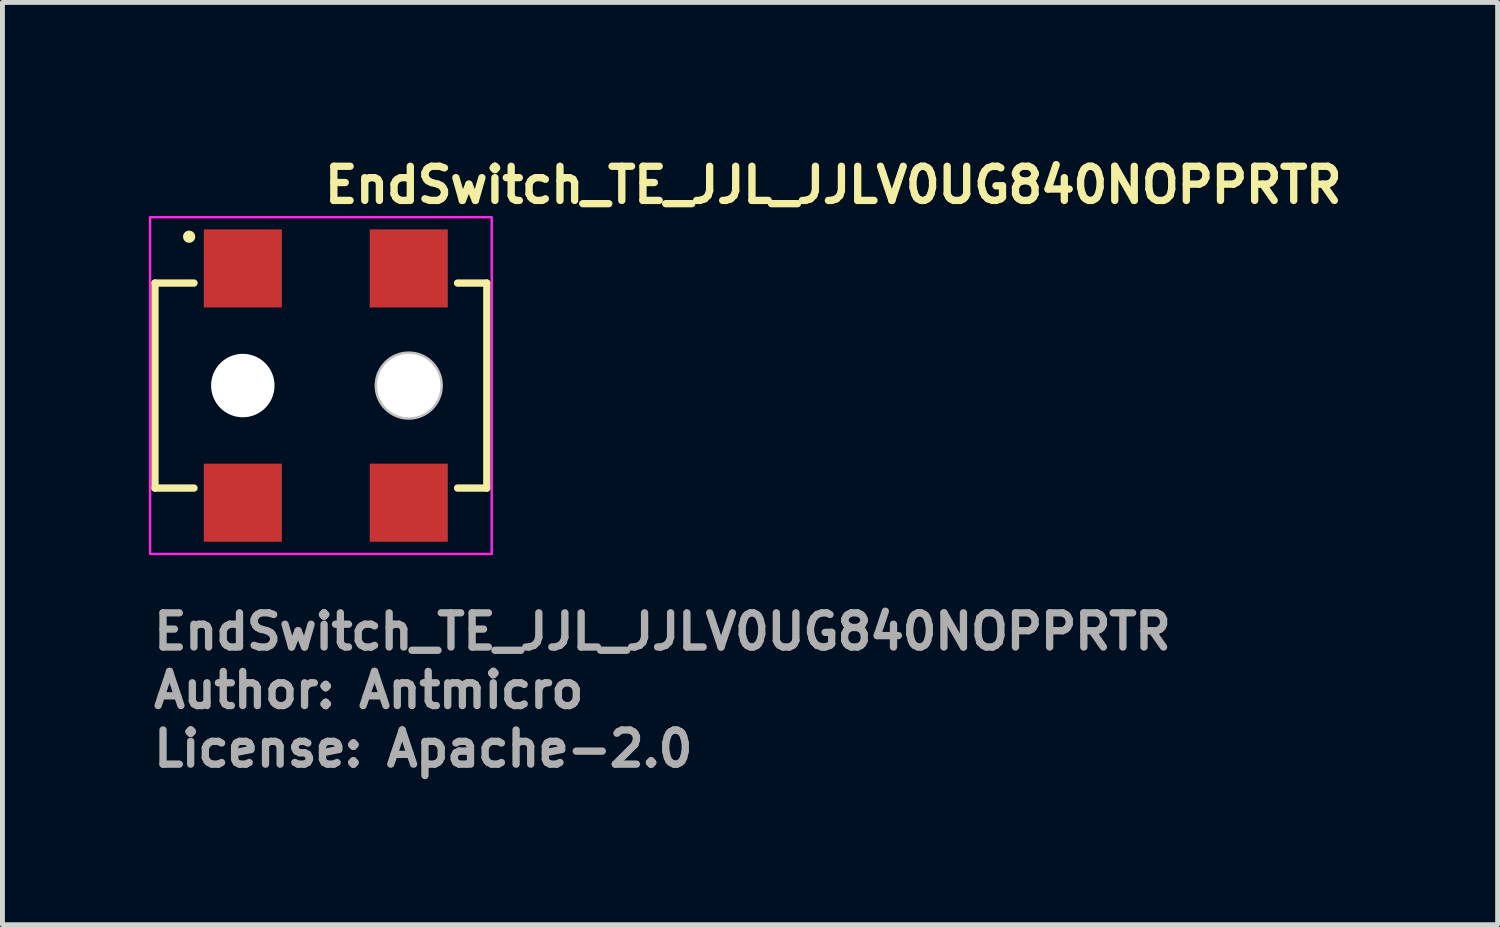
<source format=kicad_pcb>
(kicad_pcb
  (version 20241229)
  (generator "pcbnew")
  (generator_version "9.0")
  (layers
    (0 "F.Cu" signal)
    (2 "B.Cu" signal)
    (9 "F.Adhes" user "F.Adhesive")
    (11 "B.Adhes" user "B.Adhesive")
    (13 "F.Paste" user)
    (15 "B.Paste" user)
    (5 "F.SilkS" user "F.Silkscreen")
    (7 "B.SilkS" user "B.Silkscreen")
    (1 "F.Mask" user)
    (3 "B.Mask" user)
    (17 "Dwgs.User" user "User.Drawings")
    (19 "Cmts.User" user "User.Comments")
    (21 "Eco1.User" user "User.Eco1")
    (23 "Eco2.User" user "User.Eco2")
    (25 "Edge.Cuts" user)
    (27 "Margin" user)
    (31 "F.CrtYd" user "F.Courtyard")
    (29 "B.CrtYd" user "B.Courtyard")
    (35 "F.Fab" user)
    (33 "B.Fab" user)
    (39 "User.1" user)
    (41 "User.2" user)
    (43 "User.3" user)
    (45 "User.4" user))
  (footprint "EndSwitch_TE_JJL_JJLV0UG840NOPPRTR"
    (layer "F.Cu")
    (at 3.525 4.85)
    (property "Reference" "EndSwitch_TE_JJL_JJLV0UG840NOPPRTR" (at 0 -3.7 0) (layer "F.SilkS") (effects (font (size 0.7 0.7) (thickness 0.15)) (justify left bottom)))
    (attr smd)
    (fp_line (start -3.4 -2.1) (end -3.4 2.1) (stroke (width 0.15) (type solid)) (layer "F.SilkS"))
    (fp_line (start -3.4 2.1) (end -2.6 2.1) (stroke (width 0.15) (type solid)) (layer "F.SilkS"))
    (fp_line (start -2.6 -2.1) (end -3.4 -2.1) (stroke (width 0.15) (type solid)) (layer "F.SilkS"))
    (fp_line (start 2.8 2.1) (end 3.4 2.1) (stroke (width 0.15) (type solid)) (layer "F.SilkS"))
    (fp_line (start 3.4 -2.1) (end 2.8 -2.1) (stroke (width 0.15) (type solid)) (layer "F.SilkS"))
    (fp_line (start 3.4 2.1) (end 3.4 -2.1) (stroke (width 0.15) (type solid)) (layer "F.SilkS"))
    (fp_circle (center -2.7 -3.05) (end -2.65 -3.05) (stroke (width 0.15) (type solid)) (fill yes) (layer "F.SilkS"))
    (fp_circle (center 1.8 0) (end 2.4 0) (stroke (width 0.2) (type solid)) (fill no) (layer "Dwgs.User"))
    (fp_rect (start -3.5 -3.45) (end 3.5 3.45) (stroke (width 0.05) (type solid)) (fill no) (layer "F.CrtYd"))
    (fp_rect (start 3.25 2.7) (end -3.25 -2.7) (stroke (width 0.1) (type solid)) (fill no) (layer "User.5"))
    (fp_line (start -3.25 1.95) (end -3.25 -1.95) (stroke (width 0.02) (type solid)) (layer "User.9"))
    (fp_line (start -2.05 -1.997) (end -1.95 -2) (stroke (width 0.02) (type solid)) (layer "User.9"))
    (fp_line (start -2.05 -1.969) (end -2.05 -1.997) (stroke (width 0.02) (type solid)) (layer "User.9"))
    (fp_line (start -2.05 -1.95) (end -2.05 -1.969) (stroke (width 0.02) (type solid)) (layer "User.9"))
    (fp_line (start -2.05 1.969) (end -2.05 1.95) (stroke (width 0.02) (type solid)) (layer "User.9"))
    (fp_line (start -2.05 1.997) (end -2.05 1.969) (stroke (width 0.02) (type solid)) (layer "User.9"))
    (fp_line (start -2.05 1.997) (end -1.95 2) (stroke (width 0.02) (type solid)) (layer "User.9"))
    (fp_line (start -1.95 -2.7) (end -1.25 -2.7) (stroke (width 0.02) (type solid)) (layer "User.9"))
    (fp_line (start -1.95 -2) (end -1.95 -2.7) (stroke (width 0.02) (type solid)) (layer "User.9"))
    (fp_line (start -1.95 -2) (end -1.25 -2) (stroke (width 0.02) (type solid)) (layer "User.9"))
    (fp_line (start -1.95 2) (end -1.25 2) (stroke (width 0.02) (type solid)) (layer "User.9"))
    (fp_line (start -1.95 2.7) (end -1.95 2) (stroke (width 0.02) (type solid)) (layer "User.9"))
    (fp_line (start -1.95 2.7) (end -1.25 2.7) (stroke (width 0.02) (type solid)) (layer "User.9"))
    (fp_line (start -1.25 -2) (end -1.25 -2.7) (stroke (width 0.02) (type solid)) (layer "User.9"))
    (fp_line (start -1.25 -2) (end -1.15 -1.997) (stroke (width 0.02) (type solid)) (layer "User.9"))
    (fp_line (start -1.25 2) (end -1.15 1.997) (stroke (width 0.02) (type solid)) (layer "User.9"))
    (fp_line (start -1.25 2.7) (end -1.25 2) (stroke (width 0.02) (type solid)) (layer "User.9"))
    (fp_line (start -1.15 -1.969) (end -1.15 -1.997) (stroke (width 0.02) (type solid)) (layer "User.9"))
    (fp_line (start -1.15 -1.95) (end -1.15 -1.969) (stroke (width 0.02) (type solid)) (layer "User.9"))
    (fp_line (start -1.15 1.969) (end -1.15 1.95) (stroke (width 0.02) (type solid)) (layer "User.9"))
    (fp_line (start -1.15 1.997) (end -1.15 1.969) (stroke (width 0.02) (type solid)) (layer "User.9"))
    (fp_line (start -0.55 -1.95) (end -3.25 -1.95) (stroke (width 0.02) (type solid)) (layer "User.9"))
    (fp_line (start -0.55 -1.95) (end -0.55 -1.55) (stroke (width 0.02) (type solid)) (layer "User.9"))
    (fp_line (start -0.55 -1.55) (end -0.55 -1.95) (stroke (width 0.02) (type solid)) (layer "User.9"))
    (fp_line (start -0.55 1.55) (end -0.55 1.95) (stroke (width 0.02) (type solid)) (layer "User.9"))
    (fp_line (start -0.55 1.95) (end -3.25 1.95) (stroke (width 0.02) (type solid)) (layer "User.9"))
    (fp_line (start -0.55 1.95) (end -0.55 1.55) (stroke (width 0.02) (type solid)) (layer "User.9"))
    (fp_line (start -0.48 -1.8) (end -0.48 -1.55) (stroke (width 0.02) (type solid)) (layer "User.9"))
    (fp_line (start -0.48 1.8) (end -0.48 1.55) (stroke (width 0.02) (type solid)) (layer "User.9"))
    (fp_line (start 0.48 -1.8) (end -0.48 -1.8) (stroke (width 0.02) (type solid)) (layer "User.9"))
    (fp_line (start 0.48 -1.8) (end 0.48 -1.55) (stroke (width 0.02) (type solid)) (layer "User.9"))
    (fp_line (start 0.48 1.8) (end -0.48 1.8) (stroke (width 0.02) (type solid)) (layer "User.9"))
    (fp_line (start 0.48 1.8) (end 0.48 1.55) (stroke (width 0.02) (type solid)) (layer "User.9"))
    (fp_line (start 0.55 -1.95) (end -0.55 -1.95) (stroke (width 0.02) (type solid)) (layer "User.9"))
    (fp_line (start 0.55 -1.95) (end 0.55 -1.55) (stroke (width 0.02) (type solid)) (layer "User.9"))
    (fp_line (start 0.55 -1.55) (end -0.55 -1.55) (stroke (width 0.02) (type solid)) (layer "User.9"))
    (fp_line (start 0.55 -1.55) (end 0.55 -1.95) (stroke (width 0.02) (type solid)) (layer "User.9"))
    (fp_line (start 0.55 1.55) (end -0.55 1.55) (stroke (width 0.02) (type solid)) (layer "User.9"))
    (fp_line (start 0.55 1.55) (end 0.55 1.95) (stroke (width 0.02) (type solid)) (layer "User.9"))
    (fp_line (start 0.55 1.95) (end -0.55 1.95) (stroke (width 0.02) (type solid)) (layer "User.9"))
    (fp_line (start 0.55 1.95) (end 0.55 1.55) (stroke (width 0.02) (type solid)) (layer "User.9"))
    (fp_line (start 0.7 -0.022) (end 0.7 0.029) (stroke (width 0.02) (type solid)) (layer "User.9"))
    (fp_line (start 0.7 -0.022) (end 0.702 -0.074) (stroke (width 0.02) (type solid)) (layer "User.9"))
    (fp_line (start 0.7 0.029) (end 0.7 -0.022) (stroke (width 0.02) (type solid)) (layer "User.9"))
    (fp_line (start 0.7 0.029) (end 0.703 0.08) (stroke (width 0.02) (type solid)) (layer "User.9"))
    (fp_line (start 0.702 -0.074) (end 0.7 -0.022) (stroke (width 0.02) (type solid)) (layer "User.9"))
    (fp_line (start 0.702 -0.074) (end 0.707 -0.126) (stroke (width 0.02) (type solid)) (layer "User.9"))
    (fp_line (start 0.703 0.08) (end 0.7 0.029) (stroke (width 0.02) (type solid)) (layer "User.9"))
    (fp_line (start 0.703 0.08) (end 0.708 0.13) (stroke (width 0.02) (type solid)) (layer "User.9"))
    (fp_line (start 0.707 -0.126) (end 0.702 -0.074) (stroke (width 0.02) (type solid)) (layer "User.9"))
    (fp_line (start 0.707 -0.126) (end 0.707 -0.126) (stroke (width 0.02) (type solid)) (layer "User.9"))
    (fp_line (start 0.707 -0.126) (end 0.707 -0.126) (stroke (width 0.02) (type solid)) (layer "User.9"))
    (fp_line (start 0.707 -0.126) (end 0.714 -0.177) (stroke (width 0.02) (type solid)) (layer "User.9"))
    (fp_line (start 0.708 0.13) (end 0.703 0.08) (stroke (width 0.02) (type solid)) (layer "User.9"))
    (fp_line (start 0.708 0.13) (end 0.715 0.18) (stroke (width 0.02) (type solid)) (layer "User.9"))
    (fp_line (start 0.714 -0.177) (end 0.707 -0.126) (stroke (width 0.02) (type solid)) (layer "User.9"))
    (fp_line (start 0.714 -0.177) (end 0.724 -0.228) (stroke (width 0.02) (type solid)) (layer "User.9"))
    (fp_line (start 0.715 0.18) (end 0.708 0.13) (stroke (width 0.02) (type solid)) (layer "User.9"))
    (fp_line (start 0.715 0.18) (end 0.724 0.229) (stroke (width 0.02) (type solid)) (layer "User.9"))
    (fp_line (start 0.724 -0.228) (end 0.714 -0.177) (stroke (width 0.02) (type solid)) (layer "User.9"))
    (fp_line (start 0.724 -0.228) (end 0.736 -0.278) (stroke (width 0.02) (type solid)) (layer "User.9"))
    (fp_line (start 0.724 0.229) (end 0.715 0.18) (stroke (width 0.02) (type solid)) (layer "User.9"))
    (fp_line (start 0.724 0.229) (end 0.735 0.278) (stroke (width 0.02) (type solid)) (layer "User.9"))
    (fp_line (start 0.735 0.278) (end 0.724 0.229) (stroke (width 0.02) (type solid)) (layer "User.9"))
    (fp_line (start 0.735 0.278) (end 0.749 0.325) (stroke (width 0.02) (type solid)) (layer "User.9"))
    (fp_line (start 0.736 -0.278) (end 0.724 -0.228) (stroke (width 0.02) (type solid)) (layer "User.9"))
    (fp_line (start 0.736 -0.278) (end 0.75 -0.327) (stroke (width 0.02) (type solid)) (layer "User.9"))
    (fp_line (start 0.749 0.325) (end 0.735 0.278) (stroke (width 0.02) (type solid)) (layer "User.9"))
    (fp_line (start 0.749 0.325) (end 0.765 0.372) (stroke (width 0.02) (type solid)) (layer "User.9"))
    (fp_line (start 0.75 -0.327) (end 0.736 -0.278) (stroke (width 0.02) (type solid)) (layer "User.9"))
    (fp_line (start 0.75 -0.327) (end 0.766 -0.375) (stroke (width 0.02) (type solid)) (layer "User.9"))
    (fp_line (start 0.765 0.372) (end 0.749 0.325) (stroke (width 0.02) (type solid)) (layer "User.9"))
    (fp_line (start 0.765 0.372) (end 0.783 0.418) (stroke (width 0.02) (type solid)) (layer "User.9"))
    (fp_line (start 0.766 -0.375) (end 0.75 -0.327) (stroke (width 0.02) (type solid)) (layer "User.9"))
    (fp_line (start 0.766 -0.375) (end 0.784 -0.422) (stroke (width 0.02) (type solid)) (layer "User.9"))
    (fp_line (start 0.783 0.418) (end 0.765 0.372) (stroke (width 0.02) (type solid)) (layer "User.9"))
    (fp_line (start 0.783 0.418) (end 0.802 0.463) (stroke (width 0.02) (type solid)) (layer "User.9"))
    (fp_line (start 0.784 -0.422) (end 0.766 -0.375) (stroke (width 0.02) (type solid)) (layer "User.9"))
    (fp_line (start 0.784 -0.422) (end 0.804 -0.468) (stroke (width 0.02) (type solid)) (layer "User.9"))
    (fp_line (start 0.802 0.463) (end 0.783 0.418) (stroke (width 0.02) (type solid)) (layer "User.9"))
    (fp_line (start 0.802 0.463) (end 0.824 0.508) (stroke (width 0.02) (type solid)) (layer "User.9"))
    (fp_line (start 0.804 -0.468) (end 0.784 -0.422) (stroke (width 0.02) (type solid)) (layer "User.9"))
    (fp_line (start 0.804 -0.468) (end 0.826 -0.512) (stroke (width 0.02) (type solid)) (layer "User.9"))
    (fp_line (start 0.824 0.508) (end 0.802 0.463) (stroke (width 0.02) (type solid)) (layer "User.9"))
    (fp_line (start 0.824 0.508) (end 0.848 0.551) (stroke (width 0.02) (type solid)) (layer "User.9"))
    (fp_line (start 0.826 -0.512) (end 0.804 -0.468) (stroke (width 0.02) (type solid)) (layer "User.9"))
    (fp_line (start 0.826 -0.512) (end 0.85 -0.556) (stroke (width 0.02) (type solid)) (layer "User.9"))
    (fp_line (start 0.848 0.551) (end 0.824 0.508) (stroke (width 0.02) (type solid)) (layer "User.9"))
    (fp_line (start 0.848 0.551) (end 0.873 0.593) (stroke (width 0.02) (type solid)) (layer "User.9"))
    (fp_line (start 0.85 -0.556) (end 0.826 -0.512) (stroke (width 0.02) (type solid)) (layer "User.9"))
    (fp_line (start 0.85 -0.556) (end 0.876 -0.598) (stroke (width 0.02) (type solid)) (layer "User.9"))
    (fp_line (start 0.873 0.593) (end 0.848 0.551) (stroke (width 0.02) (type solid)) (layer "User.9"))
    (fp_line (start 0.873 0.593) (end 0.901 0.633) (stroke (width 0.02) (type solid)) (layer "User.9"))
    (fp_line (start 0.876 -0.598) (end 0.85 -0.556) (stroke (width 0.02) (type solid)) (layer "User.9"))
    (fp_line (start 0.876 -0.598) (end 0.904 -0.639) (stroke (width 0.02) (type solid)) (layer "User.9"))
    (fp_line (start 0.9 -0.002) (end 0.901 0.039) (stroke (width 0.02) (type solid)) (layer "User.9"))
    (fp_line (start 0.901 -0.043) (end 0.9 -0.002) (stroke (width 0.02) (type solid)) (layer "User.9"))
    (fp_line (start 0.901 0.039) (end 0.903 0.079) (stroke (width 0.02) (type solid)) (layer "User.9"))
    (fp_line (start 0.901 0.633) (end 0.873 0.593) (stroke (width 0.02) (type solid)) (layer "User.9"))
    (fp_line (start 0.901 0.633) (end 0.93 0.673) (stroke (width 0.02) (type solid)) (layer "User.9"))
    (fp_line (start 0.903 0.079) (end 0.908 0.119) (stroke (width 0.02) (type solid)) (layer "User.9"))
    (fp_line (start 0.904 -0.639) (end 0.876 -0.598) (stroke (width 0.02) (type solid)) (layer "User.9"))
    (fp_line (start 0.904 -0.639) (end 0.934 -0.678) (stroke (width 0.02) (type solid)) (layer "User.9"))
    (fp_line (start 0.904 -0.085) (end 0.901 -0.043) (stroke (width 0.02) (type solid)) (layer "User.9"))
    (fp_line (start 0.908 0.119) (end 0.914 0.159) (stroke (width 0.02) (type solid)) (layer "User.9"))
    (fp_line (start 0.909 -0.126) (end 0.904 -0.085) (stroke (width 0.02) (type solid)) (layer "User.9"))
    (fp_line (start 0.909 -0.126) (end 0.909 -0.126) (stroke (width 0.02) (type solid)) (layer "User.9"))
    (fp_line (start 0.914 0.159) (end 0.922 0.198) (stroke (width 0.02) (type solid)) (layer "User.9"))
    (fp_line (start 0.916 -0.168) (end 0.909 -0.126) (stroke (width 0.02) (type solid)) (layer "User.9"))
    (fp_line (start 0.922 0.198) (end 0.932 0.237) (stroke (width 0.02) (type solid)) (layer "User.9"))
    (fp_line (start 0.924 -0.208) (end 0.916 -0.168) (stroke (width 0.02) (type solid)) (layer "User.9"))
    (fp_line (start 0.93 0.673) (end 0.901 0.633) (stroke (width 0.02) (type solid)) (layer "User.9"))
    (fp_line (start 0.93 0.673) (end 0.961 0.711) (stroke (width 0.02) (type solid)) (layer "User.9"))
    (fp_line (start 0.932 0.237) (end 0.943 0.275) (stroke (width 0.02) (type solid)) (layer "User.9"))
    (fp_line (start 0.934 -0.678) (end 0.904 -0.639) (stroke (width 0.02) (type solid)) (layer "User.9"))
    (fp_line (start 0.934 -0.678) (end 0.965 -0.716) (stroke (width 0.02) (type solid)) (layer "User.9"))
    (fp_line (start 0.935 -0.248) (end 0.924 -0.208) (stroke (width 0.02) (type solid)) (layer "User.9"))
    (fp_line (start 0.943 0.275) (end 0.956 0.313) (stroke (width 0.02) (type solid)) (layer "User.9"))
    (fp_line (start 0.947 -0.287) (end 0.935 -0.248) (stroke (width 0.02) (type solid)) (layer "User.9"))
    (fp_line (start 0.956 0.313) (end 0.971 0.349) (stroke (width 0.02) (type solid)) (layer "User.9"))
    (fp_line (start 0.961 -0.325) (end 0.947 -0.287) (stroke (width 0.02) (type solid)) (layer "User.9"))
    (fp_line (start 0.961 0.711) (end 0.93 0.673) (stroke (width 0.02) (type solid)) (layer "User.9"))
    (fp_line (start 0.961 0.711) (end 0.993 0.748) (stroke (width 0.02) (type solid)) (layer "User.9"))
    (fp_line (start 0.965 -0.716) (end 0.934 -0.678) (stroke (width 0.02) (type solid)) (layer "User.9"))
    (fp_line (start 0.965 -0.716) (end 0.998 -0.753) (stroke (width 0.02) (type solid)) (layer "User.9"))
    (fp_line (start 0.971 0.349) (end 1.004 0.421) (stroke (width 0.02) (type solid)) (layer "User.9"))
    (fp_line (start 0.976 -0.362) (end 0.961 -0.325) (stroke (width 0.02) (type solid)) (layer "User.9"))
    (fp_line (start 0.993 -0.399) (end 0.976 -0.362) (stroke (width 0.02) (type solid)) (layer "User.9"))
    (fp_line (start 0.993 0.748) (end 0.961 0.711) (stroke (width 0.02) (type solid)) (layer "User.9"))
    (fp_line (start 0.993 0.748) (end 1.027 0.783) (stroke (width 0.02) (type solid)) (layer "User.9"))
    (fp_line (start 0.998 -0.753) (end 0.965 -0.716) (stroke (width 0.02) (type solid)) (layer "User.9"))
    (fp_line (start 0.998 -0.753) (end 1.032 -0.788) (stroke (width 0.02) (type solid)) (layer "User.9"))
    (fp_line (start 1.004 0.421) (end 1.044 0.489) (stroke (width 0.02) (type solid)) (layer "User.9"))
    (fp_line (start 1.012 -0.434) (end 0.993 -0.399) (stroke (width 0.02) (type solid)) (layer "User.9"))
    (fp_line (start 1.027 0.783) (end 0.993 0.748) (stroke (width 0.02) (type solid)) (layer "User.9"))
    (fp_line (start 1.027 0.783) (end 1.063 0.817) (stroke (width 0.02) (type solid)) (layer "User.9"))
    (fp_line (start 1.032 -0.788) (end 0.998 -0.753) (stroke (width 0.02) (type solid)) (layer "User.9"))
    (fp_line (start 1.032 -0.788) (end 1.068 -0.821) (stroke (width 0.02) (type solid)) (layer "User.9"))
    (fp_line (start 1.032 -0.469) (end 1.012 -0.434) (stroke (width 0.02) (type solid)) (layer "User.9"))
    (fp_line (start 1.044 0.489) (end 1.09 0.553) (stroke (width 0.02) (type solid)) (layer "User.9"))
    (fp_line (start 1.053 -0.502) (end 1.032 -0.469) (stroke (width 0.02) (type solid)) (layer "User.9"))
    (fp_line (start 1.063 0.817) (end 1.027 0.783) (stroke (width 0.02) (type solid)) (layer "User.9"))
    (fp_line (start 1.063 0.817) (end 1.101 0.849) (stroke (width 0.02) (type solid)) (layer "User.9"))
    (fp_line (start 1.068 -0.821) (end 1.032 -0.788) (stroke (width 0.02) (type solid)) (layer "User.9"))
    (fp_line (start 1.068 -0.821) (end 1.105 -0.853) (stroke (width 0.02) (type solid)) (layer "User.9"))
    (fp_line (start 1.076 -0.535) (end 1.053 -0.502) (stroke (width 0.02) (type solid)) (layer "User.9"))
    (fp_line (start 1.09 0.553) (end 1.141 0.613) (stroke (width 0.02) (type solid)) (layer "User.9"))
    (fp_line (start 1.1 -0.566) (end 1.076 -0.535) (stroke (width 0.02) (type solid)) (layer "User.9"))
    (fp_line (start 1.101 0.849) (end 1.063 0.817) (stroke (width 0.02) (type solid)) (layer "User.9"))
    (fp_line (start 1.101 0.849) (end 1.139 0.88) (stroke (width 0.02) (type solid)) (layer "User.9"))
    (fp_line (start 1.105 -0.853) (end 1.068 -0.821) (stroke (width 0.02) (type solid)) (layer "User.9"))
    (fp_line (start 1.105 -0.853) (end 1.144 -0.883) (stroke (width 0.02) (type solid)) (layer "User.9"))
    (fp_line (start 1.126 -0.596) (end 1.1 -0.566) (stroke (width 0.02) (type solid)) (layer "User.9"))
    (fp_line (start 1.139 0.88) (end 1.101 0.849) (stroke (width 0.02) (type solid)) (layer "User.9"))
    (fp_line (start 1.139 0.88) (end 1.18 0.909) (stroke (width 0.02) (type solid)) (layer "User.9"))
    (fp_line (start 1.141 0.613) (end 1.169 0.642) (stroke (width 0.02) (type solid)) (layer "User.9"))
    (fp_line (start 1.144 -0.883) (end 1.105 -0.853) (stroke (width 0.02) (type solid)) (layer "User.9"))
    (fp_line (start 1.144 -0.883) (end 1.184 -0.912) (stroke (width 0.02) (type solid)) (layer "User.9"))
    (fp_line (start 1.153 -0.625) (end 1.126 -0.596) (stroke (width 0.02) (type solid)) (layer "User.9"))
    (fp_line (start 1.169 0.642) (end 1.198 0.669) (stroke (width 0.02) (type solid)) (layer "User.9"))
    (fp_line (start 1.18 0.909) (end 1.139 0.88) (stroke (width 0.02) (type solid)) (layer "User.9"))
    (fp_line (start 1.18 0.909) (end 1.222 0.936) (stroke (width 0.02) (type solid)) (layer "User.9"))
    (fp_line (start 1.181 -0.653) (end 1.153 -0.625) (stroke (width 0.02) (type solid)) (layer "User.9"))
    (fp_line (start 1.184 -0.912) (end 1.144 -0.883) (stroke (width 0.02) (type solid)) (layer "User.9"))
    (fp_line (start 1.184 -0.912) (end 1.226 -0.938) (stroke (width 0.02) (type solid)) (layer "User.9"))
    (fp_line (start 1.198 0.669) (end 1.228 0.695) (stroke (width 0.02) (type solid)) (layer "User.9"))
    (fp_line (start 1.2 -1.997) (end 1.3 -2) (stroke (width 0.02) (type solid)) (layer "User.9"))
    (fp_line (start 1.2 -1.969) (end 1.2 -1.997) (stroke (width 0.02) (type solid)) (layer "User.9"))
    (fp_line (start 1.2 -1.95) (end 1.2 -1.969) (stroke (width 0.02) (type solid)) (layer "User.9"))
    (fp_line (start 1.2 0) (end 1.201 -0.04) (stroke (width 0.02) (type solid)) (layer "User.9"))
    (fp_line (start 1.2 0) (end 1.201 0.04) (stroke (width 0.02) (type solid)) (layer "User.9"))
    (fp_line (start 1.2 1.969) (end 1.2 1.95) (stroke (width 0.02) (type solid)) (layer "User.9"))
    (fp_line (start 1.2 1.997) (end 1.2 1.969) (stroke (width 0.02) (type solid)) (layer "User.9"))
    (fp_line (start 1.2 1.997) (end 1.3 2) (stroke (width 0.02) (type solid)) (layer "User.9"))
    (fp_line (start 1.201 -0.04) (end 1.205 -0.079) (stroke (width 0.02) (type solid)) (layer "User.9"))
    (fp_line (start 1.201 0.04) (end 1.205 0.079) (stroke (width 0.02) (type solid)) (layer "User.9"))
    (fp_line (start 1.205 -0.079) (end 1.212 -0.118) (stroke (width 0.02) (type solid)) (layer "User.9"))
    (fp_line (start 1.205 0.079) (end 1.212 0.118) (stroke (width 0.02) (type solid)) (layer "User.9"))
    (fp_line (start 1.21 -0.68) (end 1.181 -0.653) (stroke (width 0.02) (type solid)) (layer "User.9"))
    (fp_line (start 1.212 -0.118) (end 1.221 -0.157) (stroke (width 0.02) (type solid)) (layer "User.9"))
    (fp_line (start 1.212 0.118) (end 1.221 0.157) (stroke (width 0.02) (type solid)) (layer "User.9"))
    (fp_line (start 1.221 -0.157) (end 1.232 -0.194) (stroke (width 0.02) (type solid)) (layer "User.9"))
    (fp_line (start 1.221 0.157) (end 1.232 0.194) (stroke (width 0.02) (type solid)) (layer "User.9"))
    (fp_line (start 1.222 0.936) (end 1.18 0.909) (stroke (width 0.02) (type solid)) (layer "User.9"))
    (fp_line (start 1.222 0.936) (end 1.265 0.961) (stroke (width 0.02) (type solid)) (layer "User.9"))
    (fp_line (start 1.226 -0.938) (end 1.184 -0.912) (stroke (width 0.02) (type solid)) (layer "User.9"))
    (fp_line (start 1.226 -0.938) (end 1.268 -0.963) (stroke (width 0.02) (type solid)) (layer "User.9"))
    (fp_line (start 1.228 0.695) (end 1.259 0.72) (stroke (width 0.02) (type solid)) (layer "User.9"))
    (fp_line (start 1.232 -0.194) (end 1.246 -0.23) (stroke (width 0.02) (type solid)) (layer "User.9"))
    (fp_line (start 1.232 0.194) (end 1.246 0.23) (stroke (width 0.02) (type solid)) (layer "User.9"))
    (fp_line (start 1.24 -0.705) (end 1.21 -0.68) (stroke (width 0.02) (type solid)) (layer "User.9"))
    (fp_line (start 1.246 -0.23) (end 1.262 -0.266) (stroke (width 0.02) (type solid)) (layer "User.9"))
    (fp_line (start 1.246 0.23) (end 1.262 0.266) (stroke (width 0.02) (type solid)) (layer "User.9"))
    (fp_line (start 1.259 0.72) (end 1.292 0.743) (stroke (width 0.02) (type solid)) (layer "User.9"))
    (fp_line (start 1.262 -0.266) (end 1.28 -0.3) (stroke (width 0.02) (type solid)) (layer "User.9"))
    (fp_line (start 1.262 0.266) (end 1.28 0.3) (stroke (width 0.02) (type solid)) (layer "User.9"))
    (fp_line (start 1.265 0.961) (end 1.222 0.936) (stroke (width 0.02) (type solid)) (layer "User.9"))
    (fp_line (start 1.265 0.961) (end 1.309 0.985) (stroke (width 0.02) (type solid)) (layer "User.9"))
    (fp_line (start 1.268 -0.963) (end 1.226 -0.938) (stroke (width 0.02) (type solid)) (layer "User.9"))
    (fp_line (start 1.268 -0.963) (end 1.312 -0.986) (stroke (width 0.02) (type solid)) (layer "User.9"))
    (fp_line (start 1.272 -0.729) (end 1.24 -0.705) (stroke (width 0.02) (type solid)) (layer "User.9"))
    (fp_line (start 1.28 -0.3) (end 1.301 -0.333) (stroke (width 0.02) (type solid)) (layer "User.9"))
    (fp_line (start 1.28 0.3) (end 1.301 0.333) (stroke (width 0.02) (type solid)) (layer "User.9"))
    (fp_line (start 1.292 0.743) (end 1.326 0.765) (stroke (width 0.02) (type solid)) (layer "User.9"))
    (fp_line (start 1.3 -2.7) (end 2 -2.7) (stroke (width 0.02) (type solid)) (layer "User.9"))
    (fp_line (start 1.3 -2) (end 1.3 -2.7) (stroke (width 0.02) (type solid)) (layer "User.9"))
    (fp_line (start 1.3 -2) (end 2 -2) (stroke (width 0.02) (type solid)) (layer "User.9"))
    (fp_line (start 1.3 2) (end 2 2) (stroke (width 0.02) (type solid)) (layer "User.9"))
    (fp_line (start 1.3 2.7) (end 1.3 2) (stroke (width 0.02) (type solid)) (layer "User.9"))
    (fp_line (start 1.3 2.7) (end 2 2.7) (stroke (width 0.02) (type solid)) (layer "User.9"))
    (fp_line (start 1.301 -0.333) (end 1.323 -0.365) (stroke (width 0.02) (type solid)) (layer "User.9"))
    (fp_line (start 1.301 0.333) (end 1.323 0.365) (stroke (width 0.02) (type solid)) (layer "User.9"))
    (fp_line (start 1.304 -0.751) (end 1.272 -0.729) (stroke (width 0.02) (type solid)) (layer "User.9"))
    (fp_line (start 1.309 0.985) (end 1.265 0.961) (stroke (width 0.02) (type solid)) (layer "User.9"))
    (fp_line (start 1.309 0.985) (end 1.355 1.006) (stroke (width 0.02) (type solid)) (layer "User.9"))
    (fp_line (start 1.312 -0.986) (end 1.268 -0.963) (stroke (width 0.02) (type solid)) (layer "User.9"))
    (fp_line (start 1.312 -0.986) (end 1.357 -1.007) (stroke (width 0.02) (type solid)) (layer "User.9"))
    (fp_line (start 1.323 -0.365) (end 1.348 -0.395) (stroke (width 0.02) (type solid)) (layer "User.9"))
    (fp_line (start 1.323 0.365) (end 1.348 0.395) (stroke (width 0.02) (type solid)) (layer "User.9"))
    (fp_line (start 1.326 0.765) (end 1.36 0.785) (stroke (width 0.02) (type solid)) (layer "User.9"))
    (fp_line (start 1.338 -0.772) (end 1.304 -0.751) (stroke (width 0.02) (type solid)) (layer "User.9"))
    (fp_line (start 1.348 -0.395) (end 1.375 -0.423) (stroke (width 0.02) (type solid)) (layer "User.9"))
    (fp_line (start 1.348 0.395) (end 1.375 0.423) (stroke (width 0.02) (type solid)) (layer "User.9"))
    (fp_line (start 1.355 1.006) (end 1.309 0.985) (stroke (width 0.02) (type solid)) (layer "User.9"))
    (fp_line (start 1.355 1.006) (end 1.402 1.026) (stroke (width 0.02) (type solid)) (layer "User.9"))
    (fp_line (start 1.357 -1.007) (end 1.312 -0.986) (stroke (width 0.02) (type solid)) (layer "User.9"))
    (fp_line (start 1.357 -1.007) (end 1.402 -1.026) (stroke (width 0.02) (type solid)) (layer "User.9"))
    (fp_line (start 1.36 0.785) (end 1.396 0.804) (stroke (width 0.02) (type solid)) (layer "User.9"))
    (fp_line (start 1.372 -0.792) (end 1.338 -0.772) (stroke (width 0.02) (type solid)) (layer "User.9"))
    (fp_line (start 1.375 -0.423) (end 1.403 -0.45) (stroke (width 0.02) (type solid)) (layer "User.9"))
    (fp_line (start 1.375 0.423) (end 1.403 0.45) (stroke (width 0.02) (type solid)) (layer "User.9"))
    (fp_line (start 1.396 0.804) (end 1.433 0.822) (stroke (width 0.02) (type solid)) (layer "User.9"))
    (fp_line (start 1.397 -0.021) (end 1.399 -0.041) (stroke (width 0.02) (type solid)) (layer "User.9"))
    (fp_line (start 1.397 0) (end 1.397 -0.021) (stroke (width 0.02) (type solid)) (layer "User.9"))
    (fp_line (start 1.397 0) (end 1.397 0.021) (stroke (width 0.02) (type solid)) (layer "User.9"))
    (fp_line (start 1.397 0.021) (end 1.399 0.041) (stroke (width 0.02) (type solid)) (layer "User.9"))
    (fp_line (start 1.399 -0.041) (end 1.402 -0.061) (stroke (width 0.02) (type solid)) (layer "User.9"))
    (fp_line (start 1.399 0.041) (end 1.402 0.061) (stroke (width 0.02) (type solid)) (layer "User.9"))
    (fp_line (start 1.402 -1.026) (end 1.357 -1.007) (stroke (width 0.02) (type solid)) (layer "User.9"))
    (fp_line (start 1.402 -1.026) (end 1.449 -1.043) (stroke (width 0.02) (type solid)) (layer "User.9"))
    (fp_line (start 1.402 -0.061) (end 1.405 -0.081) (stroke (width 0.02) (type solid)) (layer "User.9"))
    (fp_line (start 1.402 0.061) (end 1.405 0.081) (stroke (width 0.02) (type solid)) (layer "User.9"))
    (fp_line (start 1.402 1.026) (end 1.355 1.006) (stroke (width 0.02) (type solid)) (layer "User.9"))
    (fp_line (start 1.402 1.026) (end 1.45 1.043) (stroke (width 0.02) (type solid)) (layer "User.9"))
    (fp_line (start 1.403 -0.45) (end 1.434 -0.475) (stroke (width 0.02) (type solid)) (layer "User.9"))
    (fp_line (start 1.403 0.45) (end 1.434 0.475) (stroke (width 0.02) (type solid)) (layer "User.9"))
    (fp_line (start 1.405 -0.081) (end 1.41 -0.1) (stroke (width 0.02) (type solid)) (layer "User.9"))
    (fp_line (start 1.405 0.081) (end 1.41 0.1) (stroke (width 0.02) (type solid)) (layer "User.9"))
    (fp_line (start 1.407 -0.81) (end 1.372 -0.792) (stroke (width 0.02) (type solid)) (layer "User.9"))
    (fp_line (start 1.41 -0.1) (end 1.415 -0.119) (stroke (width 0.02) (type solid)) (layer "User.9"))
    (fp_line (start 1.41 0.1) (end 1.415 0.119) (stroke (width 0.02) (type solid)) (layer "User.9"))
    (fp_line (start 1.415 -0.119) (end 1.422 -0.138) (stroke (width 0.02) (type solid)) (layer "User.9"))
    (fp_line (start 1.415 0.119) (end 1.422 0.138) (stroke (width 0.02) (type solid)) (layer "User.9"))
    (fp_line (start 1.422 -0.138) (end 1.429 -0.156) (stroke (width 0.02) (type solid)) (layer "User.9"))
    (fp_line (start 1.422 0.138) (end 1.429 0.156) (stroke (width 0.02) (type solid)) (layer "User.9"))
    (fp_line (start 1.429 -0.156) (end 1.437 -0.174) (stroke (width 0.02) (type solid)) (layer "User.9"))
    (fp_line (start 1.429 0.156) (end 1.437 0.174) (stroke (width 0.02) (type solid)) (layer "User.9"))
    (fp_line (start 1.433 0.822) (end 1.471 0.838) (stroke (width 0.02) (type solid)) (layer "User.9"))
    (fp_line (start 1.434 -0.475) (end 1.466 -0.498) (stroke (width 0.02) (type solid)) (layer "User.9"))
    (fp_line (start 1.434 0.475) (end 1.466 0.498) (stroke (width 0.02) (type solid)) (layer "User.9"))
    (fp_line (start 1.437 -0.174) (end 1.446 -0.192) (stroke (width 0.02) (type solid)) (layer "User.9"))
    (fp_line (start 1.437 0.174) (end 1.446 0.192) (stroke (width 0.02) (type solid)) (layer "User.9"))
    (fp_line (start 1.444 -0.827) (end 1.407 -0.81) (stroke (width 0.02) (type solid)) (layer "User.9"))
    (fp_line (start 1.446 -0.192) (end 1.456 -0.208) (stroke (width 0.02) (type solid)) (layer "User.9"))
    (fp_line (start 1.446 0.192) (end 1.456 0.208) (stroke (width 0.02) (type solid)) (layer "User.9"))
    (fp_line (start 1.449 -1.043) (end 1.402 -1.026) (stroke (width 0.02) (type solid)) (layer "User.9"))
    (fp_line (start 1.449 -1.043) (end 1.497 -1.058) (stroke (width 0.02) (type solid)) (layer "User.9"))
    (fp_line (start 1.45 1.043) (end 1.402 1.026) (stroke (width 0.02) (type solid)) (layer "User.9"))
    (fp_line (start 1.45 1.043) (end 1.5 1.058) (stroke (width 0.02) (type solid)) (layer "User.9"))
    (fp_line (start 1.456 -0.208) (end 1.466 -0.225) (stroke (width 0.02) (type solid)) (layer "User.9"))
    (fp_line (start 1.456 0.208) (end 1.466 0.225) (stroke (width 0.02) (type solid)) (layer "User.9"))
    (fp_line (start 1.466 -0.498) (end 1.5 -0.52) (stroke (width 0.02) (type solid)) (layer "User.9"))
    (fp_line (start 1.466 -0.225) (end 1.478 -0.24) (stroke (width 0.02) (type solid)) (layer "User.9"))
    (fp_line (start 1.466 0.225) (end 1.478 0.24) (stroke (width 0.02) (type solid)) (layer "User.9"))
    (fp_line (start 1.466 0.498) (end 1.5 0.52) (stroke (width 0.02) (type solid)) (layer "User.9"))
    (fp_line (start 1.471 0.838) (end 1.51 0.852) (stroke (width 0.02) (type solid)) (layer "User.9"))
    (fp_line (start 1.478 -0.24) (end 1.489 -0.256) (stroke (width 0.02) (type solid)) (layer "User.9"))
    (fp_line (start 1.478 0.24) (end 1.489 0.256) (stroke (width 0.02) (type solid)) (layer "User.9"))
    (fp_line (start 1.48 -0.842) (end 1.444 -0.827) (stroke (width 0.02) (type solid)) (layer "User.9"))
    (fp_line (start 1.489 -0.256) (end 1.502 -0.27) (stroke (width 0.02) (type solid)) (layer "User.9"))
    (fp_line (start 1.489 0.256) (end 1.502 0.27) (stroke (width 0.02) (type solid)) (layer "User.9"))
    (fp_line (start 1.497 -1.058) (end 1.449 -1.043) (stroke (width 0.02) (type solid)) (layer "User.9"))
    (fp_line (start 1.497 -1.058) (end 1.546 -1.07) (stroke (width 0.02) (type solid)) (layer "User.9"))
    (fp_line (start 1.5 -0.52) (end 1.5 -0.52) (stroke (width 0.02) (type solid)) (layer "User.9"))
    (fp_line (start 1.5 -0.52) (end 1.535 -0.538) (stroke (width 0.02) (type solid)) (layer "User.9"))
    (fp_line (start 1.5 0.52) (end 1.5 0.52) (stroke (width 0.02) (type solid)) (layer "User.9"))
    (fp_line (start 1.5 0.52) (end 1.535 0.538) (stroke (width 0.02) (type solid)) (layer "User.9"))
    (fp_line (start 1.5 1.058) (end 1.45 1.043) (stroke (width 0.02) (type solid)) (layer "User.9"))
    (fp_line (start 1.5 1.058) (end 1.55 1.071) (stroke (width 0.02) (type solid)) (layer "User.9"))
    (fp_line (start 1.502 -0.27) (end 1.516 -0.284) (stroke (width 0.02) (type solid)) (layer "User.9"))
    (fp_line (start 1.502 0.27) (end 1.516 0.284) (stroke (width 0.02) (type solid)) (layer "User.9"))
    (fp_line (start 1.51 0.852) (end 1.55 0.865) (stroke (width 0.02) (type solid)) (layer "User.9"))
    (fp_line (start 1.516 -0.284) (end 1.53 -0.297) (stroke (width 0.02) (type solid)) (layer "User.9"))
    (fp_line (start 1.516 0.284) (end 1.53 0.297) (stroke (width 0.02) (type solid)) (layer "User.9"))
    (fp_line (start 1.518 -0.855) (end 1.48 -0.842) (stroke (width 0.02) (type solid)) (layer "User.9"))
    (fp_line (start 1.53 -0.297) (end 1.544 -0.31) (stroke (width 0.02) (type solid)) (layer "User.9"))
    (fp_line (start 1.53 0.297) (end 1.544 0.31) (stroke (width 0.02) (type solid)) (layer "User.9"))
    (fp_line (start 1.535 -0.538) (end 1.571 -0.555) (stroke (width 0.02) (type solid)) (layer "User.9"))
    (fp_line (start 1.535 0.538) (end 1.571 0.555) (stroke (width 0.02) (type solid)) (layer "User.9"))
    (fp_line (start 1.544 -0.31) (end 1.559 -0.322) (stroke (width 0.02) (type solid)) (layer "User.9"))
    (fp_line (start 1.544 0.31) (end 1.559 0.322) (stroke (width 0.02) (type solid)) (layer "User.9"))
    (fp_line (start 1.546 -1.07) (end 1.497 -1.058) (stroke (width 0.02) (type solid)) (layer "User.9"))
    (fp_line (start 1.546 -1.07) (end 1.595 -1.081) (stroke (width 0.02) (type solid)) (layer "User.9"))
    (fp_line (start 1.55 0.865) (end 1.55 1.7) (stroke (width 0.02) (type solid)) (layer "User.9"))
    (fp_line (start 1.55 0.885) (end 1.55 1.071) (stroke (width 0.02) (type solid)) (layer "User.9"))
    (fp_line (start 1.55 1.071) (end 1.5 1.058) (stroke (width 0.02) (type solid)) (layer "User.9"))
    (fp_line (start 1.55 1.7) (end 2.05 1.7) (stroke (width 0.02) (type solid)) (layer "User.9"))
    (fp_line (start 1.557 -0.867) (end 1.518 -0.855) (stroke (width 0.02) (type solid)) (layer "User.9"))
    (fp_line (start 1.559 -0.322) (end 1.575 -0.333) (stroke (width 0.02) (type solid)) (layer "User.9"))
    (fp_line (start 1.559 0.322) (end 1.575 0.333) (stroke (width 0.02) (type solid)) (layer "User.9"))
    (fp_line (start 1.571 -0.555) (end 1.608 -0.569) (stroke (width 0.02) (type solid)) (layer "User.9"))
    (fp_line (start 1.571 0.555) (end 1.608 0.569) (stroke (width 0.02) (type solid)) (layer "User.9"))
    (fp_line (start 1.575 -0.333) (end 1.591 -0.343) (stroke (width 0.02) (type solid)) (layer "User.9"))
    (fp_line (start 1.575 0.333) (end 1.591 0.343) (stroke (width 0.02) (type solid)) (layer "User.9"))
    (fp_line (start 1.591 -0.343) (end 1.608 -0.353) (stroke (width 0.02) (type solid)) (layer "User.9"))
    (fp_line (start 1.591 0.343) (end 1.608 0.353) (stroke (width 0.02) (type solid)) (layer "User.9"))
    (fp_line (start 1.595 -1.081) (end 1.546 -1.07) (stroke (width 0.02) (type solid)) (layer "User.9"))
    (fp_line (start 1.595 -1.081) (end 1.645 -1.089) (stroke (width 0.02) (type solid)) (layer "User.9"))
    (fp_line (start 1.596 -0.877) (end 1.557 -0.867) (stroke (width 0.02) (type solid)) (layer "User.9"))
    (fp_line (start 1.608 -0.569) (end 1.646 -0.58) (stroke (width 0.02) (type solid)) (layer "User.9"))
    (fp_line (start 1.608 -0.353) (end 1.626 -0.362) (stroke (width 0.02) (type solid)) (layer "User.9"))
    (fp_line (start 1.608 0.353) (end 1.626 0.362) (stroke (width 0.02) (type solid)) (layer "User.9"))
    (fp_line (start 1.608 0.569) (end 1.646 0.58) (stroke (width 0.02) (type solid)) (layer "User.9"))
    (fp_line (start 1.626 -0.362) (end 1.643 -0.37) (stroke (width 0.02) (type solid)) (layer "User.9"))
    (fp_line (start 1.626 0.362) (end 1.643 0.37) (stroke (width 0.02) (type solid)) (layer "User.9"))
    (fp_line (start 1.636 -0.885) (end 1.596 -0.877) (stroke (width 0.02) (type solid)) (layer "User.9"))
    (fp_line (start 1.643 -0.37) (end 1.662 -0.377) (stroke (width 0.02) (type solid)) (layer "User.9"))
    (fp_line (start 1.643 0.37) (end 1.662 0.377) (stroke (width 0.02) (type solid)) (layer "User.9"))
    (fp_line (start 1.645 -1.089) (end 1.595 -1.081) (stroke (width 0.02) (type solid)) (layer "User.9"))
    (fp_line (start 1.645 -1.089) (end 1.696 -1.095) (stroke (width 0.02) (type solid)) (layer "User.9"))
    (fp_line (start 1.646 -0.58) (end 1.684 -0.589) (stroke (width 0.02) (type solid)) (layer "User.9"))
    (fp_line (start 1.646 0.58) (end 1.684 0.589) (stroke (width 0.02) (type solid)) (layer "User.9"))
    (fp_line (start 1.662 -0.377) (end 1.68 -0.384) (stroke (width 0.02) (type solid)) (layer "User.9"))
    (fp_line (start 1.662 0.377) (end 1.68 0.384) (stroke (width 0.02) (type solid)) (layer "User.9"))
    (fp_line (start 1.676 -0.891) (end 1.636 -0.885) (stroke (width 0.02) (type solid)) (layer "User.9"))
    (fp_line (start 1.68 -0.384) (end 1.7 -0.389) (stroke (width 0.02) (type solid)) (layer "User.9"))
    (fp_line (start 1.68 0.384) (end 1.7 0.389) (stroke (width 0.02) (type solid)) (layer "User.9"))
    (fp_line (start 1.684 -0.589) (end 1.722 -0.595) (stroke (width 0.02) (type solid)) (layer "User.9"))
    (fp_line (start 1.684 0.589) (end 1.722 0.595) (stroke (width 0.02) (type solid)) (layer "User.9"))
    (fp_line (start 1.696 -1.095) (end 1.645 -1.089) (stroke (width 0.02) (type solid)) (layer "User.9"))
    (fp_line (start 1.696 -1.095) (end 1.748 -1.099) (stroke (width 0.02) (type solid)) (layer "User.9"))
    (fp_line (start 1.7 -0.389) (end 1.719 -0.393) (stroke (width 0.02) (type solid)) (layer "User.9"))
    (fp_line (start 1.7 0.389) (end 1.719 0.393) (stroke (width 0.02) (type solid)) (layer "User.9"))
    (fp_line (start 1.717 -0.896) (end 1.676 -0.891) (stroke (width 0.02) (type solid)) (layer "User.9"))
    (fp_line (start 1.719 -0.393) (end 1.739 -0.397) (stroke (width 0.02) (type solid)) (layer "User.9"))
    (fp_line (start 1.719 0.393) (end 1.739 0.397) (stroke (width 0.02) (type solid)) (layer "User.9"))
    (fp_line (start 1.722 -0.595) (end 1.761 -0.599) (stroke (width 0.02) (type solid)) (layer "User.9"))
    (fp_line (start 1.722 0.595) (end 1.761 0.599) (stroke (width 0.02) (type solid)) (layer "User.9"))
    (fp_line (start 1.739 -0.397) (end 1.759 -0.399) (stroke (width 0.02) (type solid)) (layer "User.9"))
    (fp_line (start 1.739 0.397) (end 1.759 0.399) (stroke (width 0.02) (type solid)) (layer "User.9"))
    (fp_line (start 1.748 -1.099) (end 1.696 -1.095) (stroke (width 0.02) (type solid)) (layer "User.9"))
    (fp_line (start 1.748 -1.099) (end 1.8 -1.1) (stroke (width 0.02) (type solid)) (layer "User.9"))
    (fp_line (start 1.758 -0.899) (end 1.717 -0.896) (stroke (width 0.02) (type solid)) (layer "User.9"))
    (fp_line (start 1.759 -0.399) (end 1.779 -0.401) (stroke (width 0.02) (type solid)) (layer "User.9"))
    (fp_line (start 1.759 0.399) (end 1.779 0.401) (stroke (width 0.02) (type solid)) (layer "User.9"))
    (fp_line (start 1.761 -0.599) (end 1.8 -0.6) (stroke (width 0.02) (type solid)) (layer "User.9"))
    (fp_line (start 1.761 0.599) (end 1.8 0.6) (stroke (width 0.02) (type solid)) (layer "User.9"))
    (fp_line (start 1.779 -0.401) (end 1.8 -0.402) (stroke (width 0.02) (type solid)) (layer "User.9"))
    (fp_line (start 1.779 0.401) (end 1.8 0.402) (stroke (width 0.02) (type solid)) (layer "User.9"))
    (fp_line (start 1.8 -1.1) (end 1.748 -1.099) (stroke (width 0.02) (type solid)) (layer "User.9"))
    (fp_line (start 1.8 -1.1) (end 1.8 -1.1) (stroke (width 0.02) (type solid)) (layer "User.9"))
    (fp_line (start 1.8 -1.1) (end 1.8 -1.1) (stroke (width 0.02) (type solid)) (layer "User.9"))
    (fp_line (start 1.8 -1.1) (end 1.852 -1.099) (stroke (width 0.02) (type solid)) (layer "User.9"))
    (fp_line (start 1.8 -0.9) (end 1.758 -0.899) (stroke (width 0.02) (type solid)) (layer "User.9"))
    (fp_line (start 1.8 -0.9) (end 1.8 -0.9) (stroke (width 0.02) (type solid)) (layer "User.9"))
    (fp_line (start 1.8 -0.6) (end 1.839 -0.599) (stroke (width 0.02) (type solid)) (layer "User.9"))
    (fp_line (start 1.8 -0.402) (end 1.8 -0.402) (stroke (width 0.02) (type solid)) (layer "User.9"))
    (fp_line (start 1.8 -0.402) (end 1.821 -0.401) (stroke (width 0.02) (type solid)) (layer "User.9"))
    (fp_line (start 1.8 0.402) (end 1.8 0.402) (stroke (width 0.02) (type solid)) (layer "User.9"))
    (fp_line (start 1.8 0.402) (end 1.821 0.401) (stroke (width 0.02) (type solid)) (layer "User.9"))
    (fp_line (start 1.8 0.6) (end 1.839 0.599) (stroke (width 0.02) (type solid)) (layer "User.9"))
    (fp_line (start 1.821 -0.401) (end 1.841 -0.399) (stroke (width 0.02) (type solid)) (layer "User.9"))
    (fp_line (start 1.821 0.401) (end 1.841 0.399) (stroke (width 0.02) (type solid)) (layer "User.9"))
    (fp_line (start 1.839 -0.599) (end 1.878 -0.595) (stroke (width 0.02) (type solid)) (layer "User.9"))
    (fp_line (start 1.839 0.599) (end 1.878 0.595) (stroke (width 0.02) (type solid)) (layer "User.9"))
    (fp_line (start 1.841 -0.399) (end 1.861 -0.397) (stroke (width 0.02) (type solid)) (layer "User.9"))
    (fp_line (start 1.841 0.399) (end 1.861 0.397) (stroke (width 0.02) (type solid)) (layer "User.9"))
    (fp_line (start 1.842 -0.899) (end 1.8 -0.9) (stroke (width 0.02) (type solid)) (layer "User.9"))
    (fp_line (start 1.852 -1.099) (end 1.8 -1.1) (stroke (width 0.02) (type solid)) (layer "User.9"))
    (fp_line (start 1.852 -1.099) (end 1.904 -1.095) (stroke (width 0.02) (type solid)) (layer "User.9"))
    (fp_line (start 1.861 -0.397) (end 1.881 -0.393) (stroke (width 0.02) (type solid)) (layer "User.9"))
    (fp_line (start 1.861 0.397) (end 1.881 0.393) (stroke (width 0.02) (type solid)) (layer "User.9"))
    (fp_line (start 1.878 -0.595) (end 1.916 -0.589) (stroke (width 0.02) (type solid)) (layer "User.9"))
    (fp_line (start 1.878 0.595) (end 1.916 0.589) (stroke (width 0.02) (type solid)) (layer "User.9"))
    (fp_line (start 1.881 -0.393) (end 1.9 -0.389) (stroke (width 0.02) (type solid)) (layer "User.9"))
    (fp_line (start 1.881 0.393) (end 1.9 0.389) (stroke (width 0.02) (type solid)) (layer "User.9"))
    (fp_line (start 1.883 -0.896) (end 1.842 -0.899) (stroke (width 0.02) (type solid)) (layer "User.9"))
    (fp_line (start 1.9 -0.389) (end 1.92 -0.384) (stroke (width 0.02) (type solid)) (layer "User.9"))
    (fp_line (start 1.9 0.389) (end 1.92 0.384) (stroke (width 0.02) (type solid)) (layer "User.9"))
    (fp_line (start 1.904 -1.095) (end 1.852 -1.099) (stroke (width 0.02) (type solid)) (layer "User.9"))
    (fp_line (start 1.904 -1.095) (end 1.955 -1.089) (stroke (width 0.02) (type solid)) (layer "User.9"))
    (fp_line (start 1.916 -0.589) (end 1.954 -0.58) (stroke (width 0.02) (type solid)) (layer "User.9"))
    (fp_line (start 1.916 0.589) (end 1.954 0.58) (stroke (width 0.02) (type solid)) (layer "User.9"))
    (fp_line (start 1.92 -0.384) (end 1.938 -0.377) (stroke (width 0.02) (type solid)) (layer "User.9"))
    (fp_line (start 1.92 0.384) (end 1.938 0.377) (stroke (width 0.02) (type solid)) (layer "User.9"))
    (fp_line (start 1.924 -0.891) (end 1.883 -0.896) (stroke (width 0.02) (type solid)) (layer "User.9"))
    (fp_line (start 1.938 -0.377) (end 1.957 -0.37) (stroke (width 0.02) (type solid)) (layer "User.9"))
    (fp_line (start 1.938 0.377) (end 1.957 0.37) (stroke (width 0.02) (type solid)) (layer "User.9"))
    (fp_line (start 1.954 -0.58) (end 1.992 -0.569) (stroke (width 0.02) (type solid)) (layer "User.9"))
    (fp_line (start 1.954 0.58) (end 1.992 0.569) (stroke (width 0.02) (type solid)) (layer "User.9"))
    (fp_line (start 1.955 -1.089) (end 1.904 -1.095) (stroke (width 0.02) (type solid)) (layer "User.9"))
    (fp_line (start 1.955 -1.089) (end 2.005 -1.081) (stroke (width 0.02) (type solid)) (layer "User.9"))
    (fp_line (start 1.957 -0.37) (end 1.974 -0.362) (stroke (width 0.02) (type solid)) (layer "User.9"))
    (fp_line (start 1.957 0.37) (end 1.974 0.362) (stroke (width 0.02) (type solid)) (layer "User.9"))
    (fp_line (start 1.964 -0.885) (end 1.924 -0.891) (stroke (width 0.02) (type solid)) (layer "User.9"))
    (fp_line (start 1.974 -0.362) (end 1.992 -0.353) (stroke (width 0.02) (type solid)) (layer "User.9"))
    (fp_line (start 1.974 0.362) (end 1.992 0.353) (stroke (width 0.02) (type solid)) (layer "User.9"))
    (fp_line (start 1.992 -0.569) (end 2.029 -0.555) (stroke (width 0.02) (type solid)) (layer "User.9"))
    (fp_line (start 1.992 -0.353) (end 2.009 -0.343) (stroke (width 0.02) (type solid)) (layer "User.9"))
    (fp_line (start 1.992 0.353) (end 2.009 0.343) (stroke (width 0.02) (type solid)) (layer "User.9"))
    (fp_line (start 1.992 0.569) (end 2.029 0.555) (stroke (width 0.02) (type solid)) (layer "User.9"))
    (fp_line (start 2 -2) (end 2 -2.7) (stroke (width 0.02) (type solid)) (layer "User.9"))
    (fp_line (start 2 -2) (end 2.1 -1.997) (stroke (width 0.02) (type solid)) (layer "User.9"))
    (fp_line (start 2 2) (end 2.1 1.997) (stroke (width 0.02) (type solid)) (layer "User.9"))
    (fp_line (start 2 2.7) (end 2 2) (stroke (width 0.02) (type solid)) (layer "User.9"))
    (fp_line (start 2.004 -0.877) (end 1.964 -0.885) (stroke (width 0.02) (type solid)) (layer "User.9"))
    (fp_line (start 2.005 -1.081) (end 1.955 -1.089) (stroke (width 0.02) (type solid)) (layer "User.9"))
    (fp_line (start 2.005 -1.081) (end 2.054 -1.07) (stroke (width 0.02) (type solid)) (layer "User.9"))
    (fp_line (start 2.009 -0.343) (end 2.025 -0.333) (stroke (width 0.02) (type solid)) (layer "User.9"))
    (fp_line (start 2.009 0.343) (end 2.025 0.333) (stroke (width 0.02) (type solid)) (layer "User.9"))
    (fp_line (start 2.025 -0.333) (end 2.041 -0.322) (stroke (width 0.02) (type solid)) (layer "User.9"))
    (fp_line (start 2.025 0.333) (end 2.041 0.322) (stroke (width 0.02) (type solid)) (layer "User.9"))
    (fp_line (start 2.029 -0.555) (end 2.065 -0.538) (stroke (width 0.02) (type solid)) (layer "User.9"))
    (fp_line (start 2.029 0.555) (end 2.065 0.538) (stroke (width 0.02) (type solid)) (layer "User.9"))
    (fp_line (start 2.041 -0.322) (end 2.056 -0.31) (stroke (width 0.02) (type solid)) (layer "User.9"))
    (fp_line (start 2.041 0.322) (end 2.056 0.31) (stroke (width 0.02) (type solid)) (layer "User.9"))
    (fp_line (start 2.043 -0.867) (end 2.004 -0.877) (stroke (width 0.02) (type solid)) (layer "User.9"))
    (fp_line (start 2.05 0.865) (end 2.09 0.852) (stroke (width 0.02) (type solid)) (layer "User.9"))
    (fp_line (start 2.05 1.071) (end 2.05 0.865) (stroke (width 0.02) (type solid)) (layer "User.9"))
    (fp_line (start 2.05 1.071) (end 2.1 1.058) (stroke (width 0.02) (type solid)) (layer "User.9"))
    (fp_line (start 2.05 1.7) (end 2.05 0.865) (stroke (width 0.02) (type solid)) (layer "User.9"))
    (fp_line (start 2.054 -1.07) (end 2.005 -1.081) (stroke (width 0.02) (type solid)) (layer "User.9"))
    (fp_line (start 2.054 -1.07) (end 2.103 -1.058) (stroke (width 0.02) (type solid)) (layer "User.9"))
    (fp_line (start 2.056 -0.31) (end 2.07 -0.297) (stroke (width 0.02) (type solid)) (layer "User.9"))
    (fp_line (start 2.056 0.31) (end 2.07 0.297) (stroke (width 0.02) (type solid)) (layer "User.9"))
    (fp_line (start 2.065 -0.538) (end 2.1 -0.52) (stroke (width 0.02) (type solid)) (layer "User.9"))
    (fp_line (start 2.065 0.538) (end 2.1 0.52) (stroke (width 0.02) (type solid)) (layer "User.9"))
    (fp_line (start 2.07 -0.297) (end 2.084 -0.284) (stroke (width 0.02) (type solid)) (layer "User.9"))
    (fp_line (start 2.07 0.297) (end 2.084 0.284) (stroke (width 0.02) (type solid)) (layer "User.9"))
    (fp_line (start 2.082 -0.855) (end 2.043 -0.867) (stroke (width 0.02) (type solid)) (layer "User.9"))
    (fp_line (start 2.084 -0.284) (end 2.098 -0.27) (stroke (width 0.02) (type solid)) (layer "User.9"))
    (fp_line (start 2.084 0.284) (end 2.098 0.27) (stroke (width 0.02) (type solid)) (layer "User.9"))
    (fp_line (start 2.09 0.852) (end 2.129 0.838) (stroke (width 0.02) (type solid)) (layer "User.9"))
    (fp_line (start 2.098 -0.27) (end 2.111 -0.256) (stroke (width 0.02) (type solid)) (layer "User.9"))
    (fp_line (start 2.098 0.27) (end 2.111 0.256) (stroke (width 0.02) (type solid)) (layer "User.9"))
    (fp_line (start 2.1 -1.969) (end 2.1 -1.997) (stroke (width 0.02) (type solid)) (layer "User.9"))
    (fp_line (start 2.1 -1.95) (end 2.1 -1.969) (stroke (width 0.02) (type solid)) (layer "User.9"))
    (fp_line (start 2.1 -0.52) (end 2.1 -0.52) (stroke (width 0.02) (type solid)) (layer "User.9"))
    (fp_line (start 2.1 -0.52) (end 2.117 -0.509) (stroke (width 0.02) (type solid)) (layer "User.9"))
    (fp_line (start 2.1 0.52) (end 2.1 0.52) (stroke (width 0.02) (type solid)) (layer "User.9"))
    (fp_line (start 2.1 0.52) (end 2.117 0.509) (stroke (width 0.02) (type solid)) (layer "User.9"))
    (fp_line (start 2.1 1.058) (end 2.05 1.071) (stroke (width 0.02) (type solid)) (layer "User.9"))
    (fp_line (start 2.1 1.058) (end 2.15 1.043) (stroke (width 0.02) (type solid)) (layer "User.9"))
    (fp_line (start 2.1 1.969) (end 2.1 1.95) (stroke (width 0.02) (type solid)) (layer "User.9"))
    (fp_line (start 2.1 1.997) (end 2.1 1.969) (stroke (width 0.02) (type solid)) (layer "User.9"))
    (fp_line (start 2.103 -1.058) (end 2.054 -1.07) (stroke (width 0.02) (type solid)) (layer "User.9"))
    (fp_line (start 2.103 -1.058) (end 2.151 -1.043) (stroke (width 0.02) (type solid)) (layer "User.9"))
    (fp_line (start 2.111 -0.256) (end 2.122 -0.24) (stroke (width 0.02) (type solid)) (layer "User.9"))
    (fp_line (start 2.111 0.256) (end 2.122 0.24) (stroke (width 0.02) (type solid)) (layer "User.9"))
    (fp_line (start 2.117 -0.509) (end 2.134 -0.498) (stroke (width 0.02) (type solid)) (layer "User.9"))
    (fp_line (start 2.117 0.509) (end 2.134 0.498) (stroke (width 0.02) (type solid)) (layer "User.9"))
    (fp_line (start 2.12 -0.842) (end 2.082 -0.855) (stroke (width 0.02) (type solid)) (layer "User.9"))
    (fp_line (start 2.122 -0.24) (end 2.134 -0.225) (stroke (width 0.02) (type solid)) (layer "User.9"))
    (fp_line (start 2.122 0.24) (end 2.134 0.225) (stroke (width 0.02) (type solid)) (layer "User.9"))
    (fp_line (start 2.129 0.838) (end 2.167 0.822) (stroke (width 0.02) (type solid)) (layer "User.9"))
    (fp_line (start 2.134 -0.498) (end 2.15 -0.487) (stroke (width 0.02) (type solid)) (layer "User.9"))
    (fp_line (start 2.134 -0.225) (end 2.144 -0.208) (stroke (width 0.02) (type solid)) (layer "User.9"))
    (fp_line (start 2.134 0.225) (end 2.144 0.208) (stroke (width 0.02) (type solid)) (layer "User.9"))
    (fp_line (start 2.134 0.498) (end 2.15 0.487) (stroke (width 0.02) (type solid)) (layer "User.9"))
    (fp_line (start 2.144 -0.208) (end 2.154 -0.192) (stroke (width 0.02) (type solid)) (layer "User.9"))
    (fp_line (start 2.144 0.208) (end 2.154 0.192) (stroke (width 0.02) (type solid)) (layer "User.9"))
    (fp_line (start 2.15 -0.487) (end 2.166 -0.475) (stroke (width 0.02) (type solid)) (layer "User.9"))
    (fp_line (start 2.15 0.487) (end 2.166 0.475) (stroke (width 0.02) (type solid)) (layer "User.9"))
    (fp_line (start 2.15 1.043) (end 2.1 1.058) (stroke (width 0.02) (type solid)) (layer "User.9"))
    (fp_line (start 2.15 1.043) (end 2.198 1.026) (stroke (width 0.02) (type solid)) (layer "User.9"))
    (fp_line (start 2.151 -1.043) (end 2.103 -1.058) (stroke (width 0.02) (type solid)) (layer "User.9"))
    (fp_line (start 2.151 -1.043) (end 2.198 -1.026) (stroke (width 0.02) (type solid)) (layer "User.9"))
    (fp_line (start 2.154 -0.192) (end 2.163 -0.174) (stroke (width 0.02) (type solid)) (layer "User.9"))
    (fp_line (start 2.154 0.192) (end 2.163 0.174) (stroke (width 0.02) (type solid)) (layer "User.9"))
    (fp_line (start 2.156 -0.827) (end 2.12 -0.842) (stroke (width 0.02) (type solid)) (layer "User.9"))
    (fp_line (start 2.163 -0.174) (end 2.171 -0.156) (stroke (width 0.02) (type solid)) (layer "User.9"))
    (fp_line (start 2.163 0.174) (end 2.171 0.156) (stroke (width 0.02) (type solid)) (layer "User.9"))
    (fp_line (start 2.166 -0.475) (end 2.182 -0.463) (stroke (width 0.02) (type solid)) (layer "User.9"))
    (fp_line (start 2.166 0.475) (end 2.182 0.463) (stroke (width 0.02) (type solid)) (layer "User.9"))
    (fp_line (start 2.167 0.822) (end 2.204 0.804) (stroke (width 0.02) (type solid)) (layer "User.9"))
    (fp_line (start 2.171 -0.156) (end 2.178 -0.138) (stroke (width 0.02) (type solid)) (layer "User.9"))
    (fp_line (start 2.171 0.156) (end 2.178 0.138) (stroke (width 0.02) (type solid)) (layer "User.9"))
    (fp_line (start 2.178 -0.138) (end 2.185 -0.119) (stroke (width 0.02) (type solid)) (layer "User.9"))
    (fp_line (start 2.178 0.138) (end 2.185 0.119) (stroke (width 0.02) (type solid)) (layer "User.9"))
    (fp_line (start 2.182 -0.463) (end 2.197 -0.45) (stroke (width 0.02) (type solid)) (layer "User.9"))
    (fp_line (start 2.182 0.463) (end 2.197 0.45) (stroke (width 0.02) (type solid)) (layer "User.9"))
    (fp_line (start 2.185 -0.119) (end 2.19 -0.1) (stroke (width 0.02) (type solid)) (layer "User.9"))
    (fp_line (start 2.185 0.119) (end 2.19 0.1) (stroke (width 0.02) (type solid)) (layer "User.9"))
    (fp_line (start 2.19 -0.1) (end 2.195 -0.081) (stroke (width 0.02) (type solid)) (layer "User.9"))
    (fp_line (start 2.19 0.1) (end 2.195 0.081) (stroke (width 0.02) (type solid)) (layer "User.9"))
    (fp_line (start 2.193 -0.81) (end 2.156 -0.827) (stroke (width 0.02) (type solid)) (layer "User.9"))
    (fp_line (start 2.195 -0.081) (end 2.198 -0.061) (stroke (width 0.02) (type solid)) (layer "User.9"))
    (fp_line (start 2.195 0.081) (end 2.198 0.061) (stroke (width 0.02) (type solid)) (layer "User.9"))
    (fp_line (start 2.197 -0.45) (end 2.211 -0.437) (stroke (width 0.02) (type solid)) (layer "User.9"))
    (fp_line (start 2.197 0.45) (end 2.211 0.437) (stroke (width 0.02) (type solid)) (layer "User.9"))
    (fp_line (start 2.198 -1.026) (end 2.151 -1.043) (stroke (width 0.02) (type solid)) (layer "User.9"))
    (fp_line (start 2.198 -1.026) (end 2.243 -1.007) (stroke (width 0.02) (type solid)) (layer "User.9"))
    (fp_line (start 2.198 -0.061) (end 2.201 -0.041) (stroke (width 0.02) (type solid)) (layer "User.9"))
    (fp_line (start 2.198 0.061) (end 2.201 0.041) (stroke (width 0.02) (type solid)) (layer "User.9"))
    (fp_line (start 2.198 1.026) (end 2.15 1.043) (stroke (width 0.02) (type solid)) (layer "User.9"))
    (fp_line (start 2.198 1.026) (end 2.245 1.006) (stroke (width 0.02) (type solid)) (layer "User.9"))
    (fp_line (start 2.201 -0.041) (end 2.203 -0.021) (stroke (width 0.02) (type solid)) (layer "User.9"))
    (fp_line (start 2.201 0.041) (end 2.203 0.021) (stroke (width 0.02) (type solid)) (layer "User.9"))
    (fp_line (start 2.203 -0.021) (end 2.203 0) (stroke (width 0.02) (type solid)) (layer "User.9"))
    (fp_line (start 2.203 0.021) (end 2.203 0) (stroke (width 0.02) (type solid)) (layer "User.9"))
    (fp_line (start 2.204 0.804) (end 2.24 0.785) (stroke (width 0.02) (type solid)) (layer "User.9"))
    (fp_line (start 2.211 -0.437) (end 2.225 -0.423) (stroke (width 0.02) (type solid)) (layer "User.9"))
    (fp_line (start 2.211 0.437) (end 2.225 0.423) (stroke (width 0.02) (type solid)) (layer "User.9"))
    (fp_line (start 2.225 -0.423) (end 2.239 -0.409) (stroke (width 0.02) (type solid)) (layer "User.9"))
    (fp_line (start 2.225 0.423) (end 2.239 0.409) (stroke (width 0.02) (type solid)) (layer "User.9"))
    (fp_line (start 2.228 -0.792) (end 2.193 -0.81) (stroke (width 0.02) (type solid)) (layer "User.9"))
    (fp_line (start 2.239 -0.409) (end 2.252 -0.395) (stroke (width 0.02) (type solid)) (layer "User.9"))
    (fp_line (start 2.239 0.409) (end 2.252 0.395) (stroke (width 0.02) (type solid)) (layer "User.9"))
    (fp_line (start 2.24 0.785) (end 2.274 0.765) (stroke (width 0.02) (type solid)) (layer "User.9"))
    (fp_line (start 2.243 -1.007) (end 2.198 -1.026) (stroke (width 0.02) (type solid)) (layer "User.9"))
    (fp_line (start 2.243 -1.007) (end 2.288 -0.986) (stroke (width 0.02) (type solid)) (layer "User.9"))
    (fp_line (start 2.245 1.006) (end 2.198 1.026) (stroke (width 0.02) (type solid)) (layer "User.9"))
    (fp_line (start 2.245 1.006) (end 2.291 0.985) (stroke (width 0.02) (type solid)) (layer "User.9"))
    (fp_line (start 2.252 -0.395) (end 2.264 -0.38) (stroke (width 0.02) (type solid)) (layer "User.9"))
    (fp_line (start 2.252 0.395) (end 2.264 0.38) (stroke (width 0.02) (type solid)) (layer "User.9"))
    (fp_line (start 2.262 -0.772) (end 2.228 -0.792) (stroke (width 0.02) (type solid)) (layer "User.9"))
    (fp_line (start 2.264 -0.38) (end 2.277 -0.365) (stroke (width 0.02) (type solid)) (layer "User.9"))
    (fp_line (start 2.264 0.38) (end 2.277 0.365) (stroke (width 0.02) (type solid)) (layer "User.9"))
    (fp_line (start 2.274 0.765) (end 2.308 0.743) (stroke (width 0.02) (type solid)) (layer "User.9"))
    (fp_line (start 2.277 -0.365) (end 2.288 -0.349) (stroke (width 0.02) (type solid)) (layer "User.9"))
    (fp_line (start 2.277 0.365) (end 2.288 0.349) (stroke (width 0.02) (type solid)) (layer "User.9"))
    (fp_line (start 2.288 -0.986) (end 2.243 -1.007) (stroke (width 0.02) (type solid)) (layer "User.9"))
    (fp_line (start 2.288 -0.986) (end 2.332 -0.963) (stroke (width 0.02) (type solid)) (layer "User.9"))
    (fp_line (start 2.288 -0.349) (end 2.299 -0.333) (stroke (width 0.02) (type solid)) (layer "User.9"))
    (fp_line (start 2.288 0.349) (end 2.299 0.333) (stroke (width 0.02) (type solid)) (layer "User.9"))
    (fp_line (start 2.291 0.985) (end 2.245 1.006) (stroke (width 0.02) (type solid)) (layer "User.9"))
    (fp_line (start 2.291 0.985) (end 2.335 0.961) (stroke (width 0.02) (type solid)) (layer "User.9"))
    (fp_line (start 2.296 -0.751) (end 2.262 -0.772) (stroke (width 0.02) (type solid)) (layer "User.9"))
    (fp_line (start 2.299 -0.333) (end 2.31 -0.317) (stroke (width 0.02) (type solid)) (layer "User.9"))
    (fp_line (start 2.299 0.333) (end 2.31 0.317) (stroke (width 0.02) (type solid)) (layer "User.9"))
    (fp_line (start 2.308 0.743) (end 2.341 0.72) (stroke (width 0.02) (type solid)) (layer "User.9"))
    (fp_line (start 2.31 -0.317) (end 2.32 -0.3) (stroke (width 0.02) (type solid)) (layer "User.9"))
    (fp_line (start 2.31 0.317) (end 2.32 0.3) (stroke (width 0.02) (type solid)) (layer "User.9"))
    (fp_line (start 2.32 -0.3) (end 2.329 -0.283) (stroke (width 0.02) (type solid)) (layer "User.9"))
    (fp_line (start 2.32 0.3) (end 2.329 0.283) (stroke (width 0.02) (type solid)) (layer "User.9"))
    (fp_line (start 2.328 -0.729) (end 2.296 -0.751) (stroke (width 0.02) (type solid)) (layer "User.9"))
    (fp_line (start 2.329 -0.283) (end 2.338 -0.266) (stroke (width 0.02) (type solid)) (layer "User.9"))
    (fp_line (start 2.329 0.283) (end 2.338 0.266) (stroke (width 0.02) (type solid)) (layer "User.9"))
    (fp_line (start 2.332 -0.963) (end 2.288 -0.986) (stroke (width 0.02) (type solid)) (layer "User.9"))
    (fp_line (start 2.332 -0.963) (end 2.374 -0.938) (stroke (width 0.02) (type solid)) (layer "User.9"))
    (fp_line (start 2.335 0.961) (end 2.291 0.985) (stroke (width 0.02) (type solid)) (layer "User.9"))
    (fp_line (start 2.335 0.961) (end 2.378 0.936) (stroke (width 0.02) (type solid)) (layer "User.9"))
    (fp_line (start 2.338 -0.266) (end 2.346 -0.248) (stroke (width 0.02) (type solid)) (layer "User.9"))
    (fp_line (start 2.338 0.266) (end 2.346 0.248) (stroke (width 0.02) (type solid)) (layer "User.9"))
    (fp_line (start 2.341 0.72) (end 2.372 0.695) (stroke (width 0.02) (type solid)) (layer "User.9"))
    (fp_line (start 2.346 -0.248) (end 2.354 -0.23) (stroke (width 0.02) (type solid)) (layer "User.9"))
    (fp_line (start 2.346 0.248) (end 2.354 0.23) (stroke (width 0.02) (type solid)) (layer "User.9"))
    (fp_line (start 2.354 -0.23) (end 2.361 -0.212) (stroke (width 0.02) (type solid)) (layer "User.9"))
    (fp_line (start 2.354 0.23) (end 2.361 0.212) (stroke (width 0.02) (type solid)) (layer "User.9"))
    (fp_line (start 2.36 -0.705) (end 2.328 -0.729) (stroke (width 0.02) (type solid)) (layer "User.9"))
    (fp_line (start 2.361 -0.212) (end 2.368 -0.194) (stroke (width 0.02) (type solid)) (layer "User.9"))
    (fp_line (start 2.361 0.212) (end 2.368 0.194) (stroke (width 0.02) (type solid)) (layer "User.9"))
    (fp_line (start 2.368 -0.194) (end 2.374 -0.175) (stroke (width 0.02) (type solid)) (layer "User.9"))
    (fp_line (start 2.368 0.194) (end 2.374 0.175) (stroke (width 0.02) (type solid)) (layer "User.9"))
    (fp_line (start 2.372 0.695) (end 2.402 0.669) (stroke (width 0.02) (type solid)) (layer "User.9"))
    (fp_line (start 2.374 -0.938) (end 2.332 -0.963) (stroke (width 0.02) (type solid)) (layer "User.9"))
    (fp_line (start 2.374 -0.938) (end 2.416 -0.912) (stroke (width 0.02) (type solid)) (layer "User.9"))
    (fp_line (start 2.374 -0.175) (end 2.379 -0.157) (stroke (width 0.02) (type solid)) (layer "User.9"))
    (fp_line (start 2.374 0.175) (end 2.379 0.157) (stroke (width 0.02) (type solid)) (layer "User.9"))
    (fp_line (start 2.378 0.936) (end 2.335 0.961) (stroke (width 0.02) (type solid)) (layer "User.9"))
    (fp_line (start 2.378 0.936) (end 2.42 0.909) (stroke (width 0.02) (type solid)) (layer "User.9"))
    (fp_line (start 2.379 -0.157) (end 2.384 -0.138) (stroke (width 0.02) (type solid)) (layer "User.9"))
    (fp_line (start 2.379 0.157) (end 2.384 0.138) (stroke (width 0.02) (type solid)) (layer "User.9"))
    (fp_line (start 2.384 -0.138) (end 2.388 -0.118) (stroke (width 0.02) (type solid)) (layer "User.9"))
    (fp_line (start 2.384 0.138) (end 2.388 0.118) (stroke (width 0.02) (type solid)) (layer "User.9"))
    (fp_line (start 2.388 -0.118) (end 2.392 -0.099) (stroke (width 0.02) (type solid)) (layer "User.9"))
    (fp_line (start 2.388 0.118) (end 2.392 0.099) (stroke (width 0.02) (type solid)) (layer "User.9"))
    (fp_line (start 2.39 -0.68) (end 2.36 -0.705) (stroke (width 0.02) (type solid)) (layer "User.9"))
    (fp_line (start 2.392 -0.099) (end 2.395 -0.079) (stroke (width 0.02) (type solid)) (layer "User.9"))
    (fp_line (start 2.392 0.099) (end 2.395 0.079) (stroke (width 0.02) (type solid)) (layer "User.9"))
    (fp_line (start 2.395 -0.079) (end 2.397 -0.06) (stroke (width 0.02) (type solid)) (layer "User.9"))
    (fp_line (start 2.395 0.079) (end 2.397 0.06) (stroke (width 0.02) (type solid)) (layer "User.9"))
    (fp_line (start 2.397 -0.06) (end 2.399 -0.04) (stroke (width 0.02) (type solid)) (layer "User.9"))
    (fp_line (start 2.397 0.06) (end 2.399 0.04) (stroke (width 0.02) (type solid)) (layer "User.9"))
    (fp_line (start 2.399 -0.04) (end 2.4 -0.02) (stroke (width 0.02) (type solid)) (layer "User.9"))
    (fp_line (start 2.399 0.04) (end 2.4 0.02) (stroke (width 0.02) (type solid)) (layer "User.9"))
    (fp_line (start 2.4 -0.02) (end 2.4 0) (stroke (width 0.02) (type solid)) (layer "User.9"))
    (fp_line (start 2.4 0.02) (end 2.4 0) (stroke (width 0.02) (type solid)) (layer "User.9"))
    (fp_line (start 2.402 0.669) (end 2.431 0.642) (stroke (width 0.02) (type solid)) (layer "User.9"))
    (fp_line (start 2.416 -0.912) (end 2.374 -0.938) (stroke (width 0.02) (type solid)) (layer "User.9"))
    (fp_line (start 2.416 -0.912) (end 2.456 -0.883) (stroke (width 0.02) (type solid)) (layer "User.9"))
    (fp_line (start 2.419 -0.653) (end 2.39 -0.68) (stroke (width 0.02) (type solid)) (layer "User.9"))
    (fp_line (start 2.42 0.909) (end 2.378 0.936) (stroke (width 0.02) (type solid)) (layer "User.9"))
    (fp_line (start 2.42 0.909) (end 2.461 0.88) (stroke (width 0.02) (type solid)) (layer "User.9"))
    (fp_line (start 2.431 0.642) (end 2.459 0.613) (stroke (width 0.02) (type solid)) (layer "User.9"))
    (fp_line (start 2.447 -0.625) (end 2.419 -0.653) (stroke (width 0.02) (type solid)) (layer "User.9"))
    (fp_line (start 2.456 -0.883) (end 2.416 -0.912) (stroke (width 0.02) (type solid)) (layer "User.9"))
    (fp_line (start 2.456 -0.883) (end 2.495 -0.853) (stroke (width 0.02) (type solid)) (layer "User.9"))
    (fp_line (start 2.459 0.613) (end 2.485 0.584) (stroke (width 0.02) (type solid)) (layer "User.9"))
    (fp_line (start 2.461 0.88) (end 2.42 0.909) (stroke (width 0.02) (type solid)) (layer "User.9"))
    (fp_line (start 2.461 0.88) (end 2.499 0.849) (stroke (width 0.02) (type solid)) (layer "User.9"))
    (fp_line (start 2.474 -0.596) (end 2.447 -0.625) (stroke (width 0.02) (type solid)) (layer "User.9"))
    (fp_line (start 2.485 0.584) (end 2.51 0.553) (stroke (width 0.02) (type solid)) (layer "User.9"))
    (fp_line (start 2.495 -0.853) (end 2.456 -0.883) (stroke (width 0.02) (type solid)) (layer "User.9"))
    (fp_line (start 2.495 -0.853) (end 2.532 -0.821) (stroke (width 0.02) (type solid)) (layer "User.9"))
    (fp_line (start 2.499 0.849) (end 2.461 0.88) (stroke (width 0.02) (type solid)) (layer "User.9"))
    (fp_line (start 2.499 0.849) (end 2.537 0.817) (stroke (width 0.02) (type solid)) (layer "User.9"))
    (fp_line (start 2.5 -0.566) (end 2.474 -0.596) (stroke (width 0.02) (type solid)) (layer "User.9"))
    (fp_line (start 2.51 0.553) (end 2.533 0.522) (stroke (width 0.02) (type solid)) (layer "User.9"))
    (fp_line (start 2.524 -0.535) (end 2.5 -0.566) (stroke (width 0.02) (type solid)) (layer "User.9"))
    (fp_line (start 2.532 -0.821) (end 2.495 -0.853) (stroke (width 0.02) (type solid)) (layer "User.9"))
    (fp_line (start 2.532 -0.821) (end 2.568 -0.788) (stroke (width 0.02) (type solid)) (layer "User.9"))
    (fp_line (start 2.533 0.522) (end 2.556 0.489) (stroke (width 0.02) (type solid)) (layer "User.9"))
    (fp_line (start 2.537 0.817) (end 2.499 0.849) (stroke (width 0.02) (type solid)) (layer "User.9"))
    (fp_line (start 2.537 0.817) (end 2.573 0.783) (stroke (width 0.02) (type solid)) (layer "User.9"))
    (fp_line (start 2.547 -0.502) (end 2.524 -0.535) (stroke (width 0.02) (type solid)) (layer "User.9"))
    (fp_line (start 2.556 0.489) (end 2.576 0.455) (stroke (width 0.02) (type solid)) (layer "User.9"))
    (fp_line (start 2.568 -0.788) (end 2.532 -0.821) (stroke (width 0.02) (type solid)) (layer "User.9"))
    (fp_line (start 2.568 -0.788) (end 2.602 -0.753) (stroke (width 0.02) (type solid)) (layer "User.9"))
    (fp_line (start 2.568 -0.469) (end 2.547 -0.502) (stroke (width 0.02) (type solid)) (layer "User.9"))
    (fp_line (start 2.573 0.783) (end 2.537 0.817) (stroke (width 0.02) (type solid)) (layer "User.9"))
    (fp_line (start 2.573 0.783) (end 2.607 0.748) (stroke (width 0.02) (type solid)) (layer "User.9"))
    (fp_line (start 2.576 0.455) (end 2.596 0.421) (stroke (width 0.02) (type solid)) (layer "User.9"))
    (fp_line (start 2.588 -0.434) (end 2.568 -0.469) (stroke (width 0.02) (type solid)) (layer "User.9"))
    (fp_line (start 2.596 0.421) (end 2.613 0.386) (stroke (width 0.02) (type solid)) (layer "User.9"))
    (fp_line (start 2.602 -0.753) (end 2.568 -0.788) (stroke (width 0.02) (type solid)) (layer "User.9"))
    (fp_line (start 2.602 -0.753) (end 2.635 -0.716) (stroke (width 0.02) (type solid)) (layer "User.9"))
    (fp_line (start 2.607 -0.399) (end 2.588 -0.434) (stroke (width 0.02) (type solid)) (layer "User.9"))
    (fp_line (start 2.607 0.748) (end 2.573 0.783) (stroke (width 0.02) (type solid)) (layer "User.9"))
    (fp_line (start 2.607 0.748) (end 2.639 0.711) (stroke (width 0.02) (type solid)) (layer "User.9"))
    (fp_line (start 2.613 0.386) (end 2.629 0.349) (stroke (width 0.02) (type solid)) (layer "User.9"))
    (fp_line (start 2.624 -0.362) (end 2.607 -0.399) (stroke (width 0.02) (type solid)) (layer "User.9"))
    (fp_line (start 2.629 0.349) (end 2.644 0.313) (stroke (width 0.02) (type solid)) (layer "User.9"))
    (fp_line (start 2.635 -0.716) (end 2.602 -0.753) (stroke (width 0.02) (type solid)) (layer "User.9"))
    (fp_line (start 2.635 -0.716) (end 2.666 -0.678) (stroke (width 0.02) (type solid)) (layer "User.9"))
    (fp_line (start 2.639 -0.325) (end 2.624 -0.362) (stroke (width 0.02) (type solid)) (layer "User.9"))
    (fp_line (start 2.639 0.711) (end 2.607 0.748) (stroke (width 0.02) (type solid)) (layer "User.9"))
    (fp_line (start 2.639 0.711) (end 2.67 0.673) (stroke (width 0.02) (type solid)) (layer "User.9"))
    (fp_line (start 2.644 0.313) (end 2.657 0.275) (stroke (width 0.02) (type solid)) (layer "User.9"))
    (fp_line (start 2.653 -0.287) (end 2.639 -0.325) (stroke (width 0.02) (type solid)) (layer "User.9"))
    (fp_line (start 2.657 0.275) (end 2.668 0.237) (stroke (width 0.02) (type solid)) (layer "User.9"))
    (fp_line (start 2.665 -0.248) (end 2.653 -0.287) (stroke (width 0.02) (type solid)) (layer "User.9"))
    (fp_line (start 2.666 -0.678) (end 2.635 -0.716) (stroke (width 0.02) (type solid)) (layer "User.9"))
    (fp_line (start 2.666 -0.678) (end 2.696 -0.639) (stroke (width 0.02) (type solid)) (layer "User.9"))
    (fp_line (start 2.668 0.237) (end 2.678 0.198) (stroke (width 0.02) (type solid)) (layer "User.9"))
    (fp_line (start 2.67 0.673) (end 2.639 0.711) (stroke (width 0.02) (type solid)) (layer "User.9"))
    (fp_line (start 2.67 0.673) (end 2.699 0.633) (stroke (width 0.02) (type solid)) (layer "User.9"))
    (fp_line (start 2.676 -0.208) (end 2.665 -0.248) (stroke (width 0.02) (type solid)) (layer "User.9"))
    (fp_line (start 2.678 0.198) (end 2.686 0.159) (stroke (width 0.02) (type solid)) (layer "User.9"))
    (fp_line (start 2.684 -0.168) (end 2.676 -0.208) (stroke (width 0.02) (type solid)) (layer "User.9"))
    (fp_line (start 2.686 0.159) (end 2.692 0.119) (stroke (width 0.02) (type solid)) (layer "User.9"))
    (fp_line (start 2.691 -0.126) (end 2.684 -0.168) (stroke (width 0.02) (type solid)) (layer "User.9"))
    (fp_line (start 2.691 -0.126) (end 2.691 -0.126) (stroke (width 0.02) (type solid)) (layer "User.9"))
    (fp_line (start 2.692 0.119) (end 2.697 0.079) (stroke (width 0.02) (type solid)) (layer "User.9"))
    (fp_line (start 2.696 -0.639) (end 2.666 -0.678) (stroke (width 0.02) (type solid)) (layer "User.9"))
    (fp_line (start 2.696 -0.639) (end 2.724 -0.598) (stroke (width 0.02) (type solid)) (layer "User.9"))
    (fp_line (start 2.696 -0.085) (end 2.691 -0.126) (stroke (width 0.02) (type solid)) (layer "User.9"))
    (fp_line (start 2.697 0.079) (end 2.699 0.039) (stroke (width 0.02) (type solid)) (layer "User.9"))
    (fp_line (start 2.699 -0.043) (end 2.696 -0.085) (stroke (width 0.02) (type solid)) (layer "User.9"))
    (fp_line (start 2.699 0.039) (end 2.7 -0.002) (stroke (width 0.02) (type solid)) (layer "User.9"))
    (fp_line (start 2.699 0.633) (end 2.67 0.673) (stroke (width 0.02) (type solid)) (layer "User.9"))
    (fp_line (start 2.699 0.633) (end 2.727 0.593) (stroke (width 0.02) (type solid)) (layer "User.9"))
    (fp_line (start 2.7 -0.002) (end 2.699 -0.043) (stroke (width 0.02) (type solid)) (layer "User.9"))
    (fp_line (start 2.724 -0.598) (end 2.696 -0.639) (stroke (width 0.02) (type solid)) (layer "User.9"))
    (fp_line (start 2.724 -0.598) (end 2.75 -0.556) (stroke (width 0.02) (type solid)) (layer "User.9"))
    (fp_line (start 2.727 0.593) (end 2.699 0.633) (stroke (width 0.02) (type solid)) (layer "User.9"))
    (fp_line (start 2.727 0.593) (end 2.752 0.551) (stroke (width 0.02) (type solid)) (layer "User.9"))
    (fp_line (start 2.75 -0.556) (end 2.724 -0.598) (stroke (width 0.02) (type solid)) (layer "User.9"))
    (fp_line (start 2.75 -0.556) (end 2.774 -0.512) (stroke (width 0.02) (type solid)) (layer "User.9"))
    (fp_line (start 2.752 0.551) (end 2.727 0.593) (stroke (width 0.02) (type solid)) (layer "User.9"))
    (fp_line (start 2.752 0.551) (end 2.776 0.508) (stroke (width 0.02) (type solid)) (layer "User.9"))
    (fp_line (start 2.774 -0.512) (end 2.75 -0.556) (stroke (width 0.02) (type solid)) (layer "User.9"))
    (fp_line (start 2.774 -0.512) (end 2.796 -0.468) (stroke (width 0.02) (type solid)) (layer "User.9"))
    (fp_line (start 2.776 0.508) (end 2.752 0.551) (stroke (width 0.02) (type solid)) (layer "User.9"))
    (fp_line (start 2.776 0.508) (end 2.798 0.463) (stroke (width 0.02) (type solid)) (layer "User.9"))
    (fp_line (start 2.796 -0.468) (end 2.774 -0.512) (stroke (width 0.02) (type solid)) (layer "User.9"))
    (fp_line (start 2.796 -0.468) (end 2.816 -0.422) (stroke (width 0.02) (type solid)) (layer "User.9"))
    (fp_line (start 2.798 0.463) (end 2.776 0.508) (stroke (width 0.02) (type solid)) (layer "User.9"))
    (fp_line (start 2.798 0.463) (end 2.817 0.418) (stroke (width 0.02) (type solid)) (layer "User.9"))
    (fp_line (start 2.816 -0.422) (end 2.796 -0.468) (stroke (width 0.02) (type solid)) (layer "User.9"))
    (fp_line (start 2.816 -0.422) (end 2.834 -0.375) (stroke (width 0.02) (type solid)) (layer "User.9"))
    (fp_line (start 2.817 0.418) (end 2.798 0.463) (stroke (width 0.02) (type solid)) (layer "User.9"))
    (fp_line (start 2.817 0.418) (end 2.835 0.372) (stroke (width 0.02) (type solid)) (layer "User.9"))
    (fp_line (start 2.834 -0.375) (end 2.816 -0.422) (stroke (width 0.02) (type solid)) (layer "User.9"))
    (fp_line (start 2.834 -0.375) (end 2.85 -0.327) (stroke (width 0.02) (type solid)) (layer "User.9"))
    (fp_line (start 2.835 0.372) (end 2.817 0.418) (stroke (width 0.02) (type solid)) (layer "User.9"))
    (fp_line (start 2.835 0.372) (end 2.851 0.325) (stroke (width 0.02) (type solid)) (layer "User.9"))
    (fp_line (start 2.85 -0.327) (end 2.834 -0.375) (stroke (width 0.02) (type solid)) (layer "User.9"))
    (fp_line (start 2.85 -0.327) (end 2.864 -0.278) (stroke (width 0.02) (type solid)) (layer "User.9"))
    (fp_line (start 2.851 0.325) (end 2.835 0.372) (stroke (width 0.02) (type solid)) (layer "User.9"))
    (fp_line (start 2.851 0.325) (end 2.865 0.278) (stroke (width 0.02) (type solid)) (layer "User.9"))
    (fp_line (start 2.864 -0.278) (end 2.85 -0.327) (stroke (width 0.02) (type solid)) (layer "User.9"))
    (fp_line (start 2.864 -0.278) (end 2.876 -0.228) (stroke (width 0.02) (type solid)) (layer "User.9"))
    (fp_line (start 2.865 0.278) (end 2.851 0.325) (stroke (width 0.02) (type solid)) (layer "User.9"))
    (fp_line (start 2.865 0.278) (end 2.876 0.229) (stroke (width 0.02) (type solid)) (layer "User.9"))
    (fp_line (start 2.876 -0.228) (end 2.864 -0.278) (stroke (width 0.02) (type solid)) (layer "User.9"))
    (fp_line (start 2.876 -0.228) (end 2.886 -0.177) (stroke (width 0.02) (type solid)) (layer "User.9"))
    (fp_line (start 2.876 0.229) (end 2.865 0.278) (stroke (width 0.02) (type solid)) (layer "User.9"))
    (fp_line (start 2.876 0.229) (end 2.885 0.18) (stroke (width 0.02) (type solid)) (layer "User.9"))
    (fp_line (start 2.885 0.18) (end 2.876 0.229) (stroke (width 0.02) (type solid)) (layer "User.9"))
    (fp_line (start 2.885 0.18) (end 2.892 0.13) (stroke (width 0.02) (type solid)) (layer "User.9"))
    (fp_line (start 2.886 -0.177) (end 2.876 -0.228) (stroke (width 0.02) (type solid)) (layer "User.9"))
    (fp_line (start 2.886 -0.177) (end 2.893 -0.126) (stroke (width 0.02) (type solid)) (layer "User.9"))
    (fp_line (start 2.892 0.13) (end 2.885 0.18) (stroke (width 0.02) (type solid)) (layer "User.9"))
    (fp_line (start 2.892 0.13) (end 2.897 0.08) (stroke (width 0.02) (type solid)) (layer "User.9"))
    (fp_line (start 2.893 -0.126) (end 2.886 -0.177) (stroke (width 0.02) (type solid)) (layer "User.9"))
    (fp_line (start 2.893 -0.126) (end 2.893 -0.126) (stroke (width 0.02) (type solid)) (layer "User.9"))
    (fp_line (start 2.893 -0.126) (end 2.893 -0.126) (stroke (width 0.02) (type solid)) (layer "User.9"))
    (fp_line (start 2.893 -0.126) (end 2.898 -0.074) (stroke (width 0.02) (type solid)) (layer "User.9"))
    (fp_line (start 2.897 0.08) (end 2.892 0.13) (stroke (width 0.02) (type solid)) (layer "User.9"))
    (fp_line (start 2.897 0.08) (end 2.9 0.029) (stroke (width 0.02) (type solid)) (layer "User.9"))
    (fp_line (start 2.898 -0.074) (end 2.893 -0.126) (stroke (width 0.02) (type solid)) (layer "User.9"))
    (fp_line (start 2.898 -0.074) (end 2.9 -0.022) (stroke (width 0.02) (type solid)) (layer "User.9"))
    (fp_line (start 2.9 -0.022) (end 2.898 -0.074) (stroke (width 0.02) (type solid)) (layer "User.9"))
    (fp_line (start 2.9 -0.022) (end 2.9 0.029) (stroke (width 0.02) (type solid)) (layer "User.9"))
    (fp_line (start 2.9 0.029) (end 2.897 0.08) (stroke (width 0.02) (type solid)) (layer "User.9"))
    (fp_line (start 2.9 0.029) (end 2.9 -0.022) (stroke (width 0.02) (type solid)) (layer "User.9"))
    (fp_line (start 3.25 -1.95) (end 0.55 -1.95) (stroke (width 0.02) (type solid)) (layer "User.9"))
    (fp_line (start 3.25 1.95) (end 0.55 1.95) (stroke (width 0.02) (type solid)) (layer "User.9"))
    (fp_line (start 3.25 1.95) (end 3.25 -1.95) (stroke (width 0.02) (type solid)) (layer "User.9"))
    (fp_text user "${REFERENCE}" (at -3.5 5.45 0) (layer "F.Fab") (effects (font (size 0.7 0.7) (thickness 0.15)) (justify left bottom)))
    (fp_text user "Author: Antmicro" (at -3.5 6.65 0) (layer "F.Fab") (effects (font (size 0.7 0.7) (thickness 0.15)) (justify left bottom)))
    (fp_text user "License: Apache-2.0" (at -3.5 7.85 0) (layer "F.Fab") (effects (font (size 0.7 0.7) (thickness 0.15)) (justify left bottom)))
    (pad "" np_thru_hole circle (at -1.6 0) (size 1.3 1.3) (drill 1.3) (layers "*.Cu" "*.Mask"))
    (pad "" np_thru_hole circle (at 1.8 0) (size 1.3 1.3) (drill 1.3) (layers "*.Cu" "*.Mask"))
    (pad "1" smd rect (at -1.6 -2.4) (size 1.6 1.6) (layers "F.Cu" "F.Mask" "F.Paste"))
    (pad "2" smd rect (at -1.6 2.4) (size 1.6 1.6) (layers "F.Cu" "F.Mask" "F.Paste"))
    (pad "3" smd rect (at 1.8 -2.4) (size 1.6 1.6) (layers "F.Cu" "F.Mask" "F.Paste"))
    (pad "4" smd rect (at 1.8 2.4) (size 1.6 1.6) (layers "F.Cu" "F.Mask" "F.Paste")))
  (gr_rect
    (start -3 -3)
    (end 27.635 15.896)
    (stroke (width 0.1) (type default))
    (fill no)
    (layer "Edge.Cuts")))
</source>
